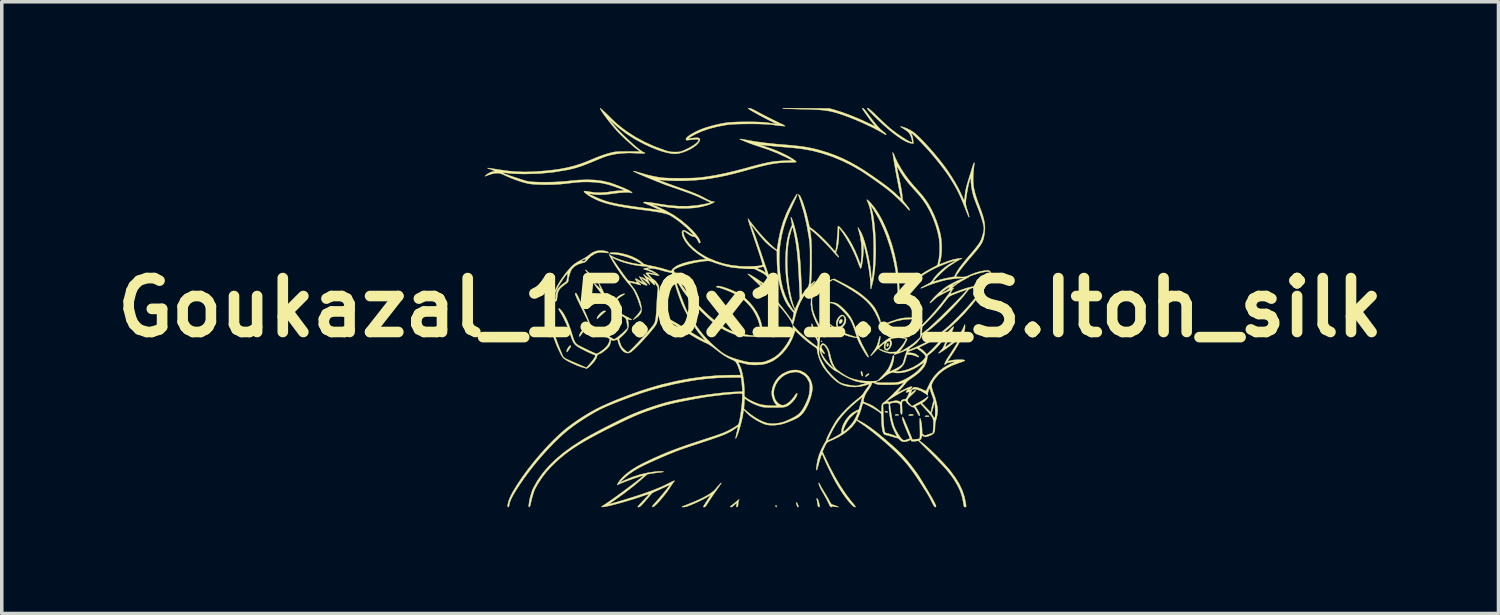
<source format=kicad_pcb>
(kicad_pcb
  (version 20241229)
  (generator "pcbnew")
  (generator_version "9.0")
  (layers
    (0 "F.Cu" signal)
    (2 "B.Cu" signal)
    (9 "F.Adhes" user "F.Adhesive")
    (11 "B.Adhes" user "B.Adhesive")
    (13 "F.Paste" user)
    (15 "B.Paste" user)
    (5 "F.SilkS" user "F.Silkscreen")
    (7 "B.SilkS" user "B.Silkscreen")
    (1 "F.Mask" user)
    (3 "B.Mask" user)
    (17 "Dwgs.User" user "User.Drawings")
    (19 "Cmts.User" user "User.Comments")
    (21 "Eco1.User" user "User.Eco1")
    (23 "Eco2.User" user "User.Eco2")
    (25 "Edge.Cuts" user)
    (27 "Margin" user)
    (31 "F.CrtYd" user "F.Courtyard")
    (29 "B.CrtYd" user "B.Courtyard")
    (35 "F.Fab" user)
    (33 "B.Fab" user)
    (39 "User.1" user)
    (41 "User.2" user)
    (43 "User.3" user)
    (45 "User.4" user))
  (footprint "Goukazal_15.0x11.3_S.Itoh_silk"
    (layer "F.Cu")
    (at 18.15 5.643)
    (property "Reference" "Goukazal_15.0x11.3_S.Itoh_silk" (at 0 0 0) (layer "F.SilkS") (effects (font (size 1.524 1.524) (thickness 0.3))))
    (attr through_hole)
    (fp_poly (pts (xy 6.166 -0.844) (xy 6.159 -0.837) (xy 6.152 -0.844) (xy 6.159 -0.852) (xy 6.166 -0.844)) (stroke (width 0.01) (type solid)) (fill yes) (layer "F.SilkS"))
    (fp_poly (pts (xy 0.748 5.608) (xy 0.749 5.617) (xy 0.741 5.636) (xy 0.734 5.638) (xy 0.722 5.626) (xy 0.719 5.608) (xy 0.725 5.587) (xy 0.734 5.587) (xy 0.748 5.608)) (stroke (width 0.01) (type solid)) (fill yes) (layer "F.SilkS"))
    (fp_poly (pts (xy 2.036 0.949) (xy 2.033 0.954) (xy 2.014 0.968) (xy 2.01 0.969) (xy 2.002 0.96) (xy 2.004 0.954) (xy 2.024 0.94) (xy 2.028 0.94) (xy 2.036 0.949)) (stroke (width 0.01) (type solid)) (fill yes) (layer "F.SilkS"))
    (fp_poly (pts (xy 3.87 2.933) (xy 3.889 2.947) (xy 3.891 2.952) (xy 3.879 2.963) (xy 3.852 2.964) (xy 3.823 2.955) (xy 3.819 2.953) (xy 3.808 2.938) (xy 3.816 2.93) (xy 3.841 2.926) (xy 3.87 2.933)) (stroke (width 0.01) (type solid)) (fill yes) (layer "F.SilkS"))
    (fp_poly (pts (xy 3.909 1.025) (xy 3.909 1.058) (xy 3.896 1.088) (xy 3.876 1.101) (xy 3.875 1.101) (xy 3.865 1.089) (xy 3.861 1.066) (xy 3.868 1.034) (xy 3.882 1.013) (xy 3.898 1.009) (xy 3.909 1.025)) (stroke (width 0.01) (type solid)) (fill yes) (layer "F.SilkS"))
    (fp_poly (pts (xy 4.169 3.018) (xy 4.18 3.023) (xy 4.198 3.036) (xy 4.199 3.04) (xy 4.157 3.045) (xy 4.12 3.046) (xy 4.098 3.041) (xy 4.096 3.038) (xy 4.109 3.023) (xy 4.137 3.016) (xy 4.169 3.018)) (stroke (width 0.01) (type solid)) (fill yes) (layer "F.SilkS"))
    (fp_poly (pts (xy 2.604 0.349) (xy 2.608 0.379) (xy 2.598 0.409) (xy 2.572 0.44) (xy 2.544 0.453) (xy 2.521 0.445) (xy 2.519 0.442) (xy 2.515 0.412) (xy 2.525 0.375) (xy 2.546 0.344) (xy 2.555 0.338) (xy 2.585 0.332) (xy 2.604 0.349)) (stroke (width 0.01) (type solid)) (fill yes) (layer "F.SilkS"))
    (fp_poly (pts (xy 3.36 1.87) (xy 3.362 1.878) (xy 3.351 1.896) (xy 3.323 1.919) (xy 3.291 1.94) (xy 3.263 1.952) (xy 3.258 1.953) (xy 3.255 1.944) (xy 3.27 1.921) (xy 3.281 1.909) (xy 3.316 1.879) (xy 3.344 1.865) (xy 3.36 1.87)) (stroke (width 0.01) (type solid)) (fill yes) (layer "F.SilkS"))
    (fp_poly (pts (xy 4.563 3.014) (xy 4.573 3.016) (xy 4.609 3.026) (xy 4.617 3.036) (xy 4.598 3.045) (xy 4.554 3.051) (xy 4.541 3.052) (xy 4.5 3.053) (xy 4.483 3.05) (xy 4.486 3.04) (xy 4.495 3.031) (xy 4.523 3.014) (xy 4.563 3.014)) (stroke (width 0.01) (type solid)) (fill yes) (layer "F.SilkS"))
    (fp_poly (pts (xy 5.036 3.058) (xy 5.057 3.067) (xy 5.058 3.069) (xy 5.051 3.078) (xy 5.019 3.083) (xy 4.999 3.083) (xy 4.958 3.08) (xy 4.94 3.073) (xy 4.941 3.069) (xy 4.96 3.059) (xy 4.996 3.054) (xy 4.999 3.054) (xy 5.036 3.058)) (stroke (width 0.01) (type solid)) (fill yes) (layer "F.SilkS"))
    (fp_poly (pts (xy 3.164 1.825) (xy 3.17 1.845) (xy 3.183 1.897) (xy 3.185 1.927) (xy 3.175 1.938) (xy 3.172 1.938) (xy 3.159 1.925) (xy 3.145 1.894) (xy 3.14 1.879) (xy 3.13 1.834) (xy 3.135 1.808) (xy 3.138 1.804) (xy 3.151 1.801) (xy 3.164 1.825)) (stroke (width 0.01) (type solid)) (fill yes) (layer "F.SilkS"))
    (fp_poly (pts (xy -5.067 1.079) (xy -5.071 1.101) (xy -5.093 1.142) (xy -5.112 1.17) (xy -5.145 1.22) (xy -5.166 1.248) (xy -5.178 1.255) (xy -5.182 1.244) (xy -5.183 1.222) (xy -5.174 1.188) (xy -5.153 1.147) (xy -5.125 1.108) (xy -5.097 1.08) (xy -5.078 1.072) (xy -5.067 1.079)) (stroke (width 0.01) (type solid)) (fill yes) (layer "F.SilkS"))
    (fp_poly (pts (xy 1.323 5.517) (xy 1.342 5.551) (xy 1.344 5.557) (xy 1.358 5.594) (xy 1.365 5.62) (xy 1.365 5.623) (xy 1.357 5.637) (xy 1.34 5.634) (xy 1.33 5.62) (xy 1.323 5.594) (xy 1.311 5.556) (xy 1.31 5.553) (xy 1.303 5.518) (xy 1.308 5.506) (xy 1.323 5.517)) (stroke (width 0.01) (type solid)) (fill yes) (layer "F.SilkS"))
    (fp_poly (pts (xy -4.639 -1.061) (xy -4.612 -1.037) (xy -4.586 -1.009) (xy -4.555 -0.972) (xy -4.525 -0.933) (xy -4.5 -0.899) (xy -4.484 -0.874) (xy -4.483 -0.866) (xy -4.495 -0.876) (xy -4.522 -0.903) (xy -4.559 -0.941) (xy -4.572 -0.955) (xy -4.61 -0.999) (xy -4.637 -1.034) (xy -4.652 -1.058) (xy -4.653 -1.068) (xy -4.639 -1.061)) (stroke (width 0.01) (type solid)) (fill yes) (layer "F.SilkS"))
    (fp_poly (pts (xy -4.626 0.58) (xy -4.646 0.61) (xy -4.668 0.634) (xy -4.71 0.679) (xy -4.749 0.727) (xy -4.764 0.748) (xy -4.794 0.792) (xy -4.817 0.815) (xy -4.829 0.816) (xy -4.83 0.808) (xy -4.819 0.757) (xy -4.788 0.699) (xy -4.742 0.641) (xy -4.688 0.591) (xy -4.68 0.585) (xy -4.644 0.564) (xy -4.625 0.564) (xy -4.626 0.58)) (stroke (width 0.01) (type solid)) (fill yes) (layer "F.SilkS"))
    (fp_poly (pts (xy -3.547 -0.384) (xy -3.57 -0.364) (xy -3.62 -0.332) (xy -3.646 -0.317) (xy -3.723 -0.263) (xy -3.776 -0.205) (xy -3.781 -0.196) (xy -3.812 -0.15) (xy -3.832 -0.127) (xy -3.845 -0.123) (xy -3.853 -0.13) (xy -3.85 -0.148) (xy -3.834 -0.183) (xy -3.813 -0.22) (xy -3.754 -0.292) (xy -3.676 -0.349) (xy -3.587 -0.386) (xy -3.578 -0.388) (xy -3.549 -0.392) (xy -3.547 -0.384)) (stroke (width 0.01) (type solid)) (fill yes) (layer "F.SilkS"))
    (fp_poly (pts (xy 1.903 5.405) (xy 1.919 5.433) (xy 1.933 5.471) (xy 1.936 5.48) (xy 1.953 5.55) (xy 1.962 5.597) (xy 1.963 5.624) (xy 1.956 5.636) (xy 1.948 5.638) (xy 1.925 5.626) (xy 1.918 5.612) (xy 1.911 5.581) (xy 1.904 5.538) (xy 1.902 5.528) (xy 1.894 5.477) (xy 1.885 5.43) (xy 1.884 5.425) (xy 1.882 5.397) (xy 1.89 5.392) (xy 1.903 5.405)) (stroke (width 0.01) (type solid)) (fill yes) (layer "F.SilkS"))
    (fp_poly (pts (xy -4.084 0.099) (xy -4.092 0.115) (xy -4.104 0.123) (xy -4.128 0.141) (xy -4.166 0.173) (xy -4.209 0.213) (xy -4.213 0.217) (xy -4.264 0.266) (xy -4.298 0.298) (xy -4.318 0.315) (xy -4.328 0.319) (xy -4.331 0.313) (xy -4.331 0.309) (xy -4.32 0.271) (xy -4.29 0.224) (xy -4.248 0.175) (xy -4.201 0.133) (xy -4.155 0.103) (xy -4.133 0.094) (xy -4.099 0.091) (xy -4.084 0.099)) (stroke (width 0.01) (type solid)) (fill yes) (layer "F.SilkS"))
    (fp_poly (pts (xy 4.601 0.288) (xy 4.668 0.293) (xy 4.71 0.3) (xy 4.72 0.305) (xy 4.728 0.312) (xy 4.719 0.317) (xy 4.691 0.32) (xy 4.64 0.322) (xy 4.569 0.323) (xy 4.348 0.337) (xy 4.13 0.381) (xy 3.915 0.453) (xy 3.842 0.484) (xy 3.779 0.511) (xy 3.738 0.525) (xy 3.721 0.525) (xy 3.727 0.512) (xy 3.741 0.5) (xy 3.774 0.479) (xy 3.829 0.453) (xy 3.901 0.423) (xy 3.982 0.392) (xy 4.068 0.363) (xy 4.151 0.336) (xy 4.206 0.321) (xy 4.282 0.303) (xy 4.353 0.293) (xy 4.432 0.288) (xy 4.515 0.287) (xy 4.601 0.288)) (stroke (width 0.01) (type solid)) (fill yes) (layer "F.SilkS"))
    (fp_poly (pts (xy -0.31 5.437) (xy -0.32 5.45) (xy -0.331 5.475) (xy -0.337 5.516) (xy -0.338 5.53) (xy -0.342 5.591) (xy -0.354 5.626) (xy -0.375 5.638) (xy -0.376 5.638) (xy -0.389 5.628) (xy -0.388 5.596) (xy -0.374 5.54) (xy -0.374 5.539) (xy -0.374 5.522) (xy -0.391 5.528) (xy -0.424 5.556) (xy -0.448 5.579) (xy -0.495 5.62) (xy -0.535 5.637) (xy -0.542 5.638) (xy -0.565 5.634) (xy -0.565 5.625) (xy -0.547 5.61) (xy -0.513 5.583) (xy -0.47 5.548) (xy -0.465 5.544) (xy -0.418 5.506) (xy -0.377 5.472) (xy -0.349 5.447) (xy -0.349 5.447) (xy -0.324 5.429) (xy -0.309 5.426) (xy -0.31 5.437)) (stroke (width 0.01) (type solid)) (fill yes) (layer "F.SilkS"))
    (fp_poly (pts (xy -4.921 -0.406) (xy -4.905 -0.389) (xy -4.885 -0.356) (xy -4.859 -0.303) (xy -4.824 -0.228) (xy -4.817 -0.211) (xy -4.78 -0.128) (xy -4.737 -0.033) (xy -4.694 0.061) (xy -4.669 0.117) (xy -4.633 0.197) (xy -4.599 0.278) (xy -4.567 0.357) (xy -4.539 0.428) (xy -4.517 0.488) (xy -4.503 0.531) (xy -4.499 0.553) (xy -4.499 0.555) (xy -4.509 0.547) (xy -4.525 0.521) (xy -4.528 0.517) (xy -4.547 0.476) (xy -4.57 0.424) (xy -4.579 0.401) (xy -4.593 0.369) (xy -4.618 0.314) (xy -4.653 0.243) (xy -4.693 0.158) (xy -4.739 0.065) (xy -4.778 -0.015) (xy -4.834 -0.13) (xy -4.878 -0.221) (xy -4.91 -0.291) (xy -4.931 -0.343) (xy -4.943 -0.378) (xy -4.946 -0.4) (xy -4.941 -0.41) (xy -4.935 -0.411) (xy -4.921 -0.406)) (stroke (width 0.01) (type solid)) (fill yes) (layer "F.SilkS"))
    (fp_poly (pts (xy 1.957 4.97) (xy 1.98 5.014) (xy 2.007 5.066) (xy 2.044 5.132) (xy 2.086 5.2) (xy 2.104 5.229) (xy 2.146 5.297) (xy 2.189 5.371) (xy 2.226 5.437) (xy 2.237 5.459) (xy 2.266 5.513) (xy 2.289 5.545) (xy 2.311 5.563) (xy 2.337 5.572) (xy 2.381 5.586) (xy 2.432 5.605) (xy 2.444 5.61) (xy 2.503 5.638) (xy 2.43 5.633) (xy 2.381 5.627) (xy 2.341 5.619) (xy 2.328 5.615) (xy 2.309 5.611) (xy 2.311 5.621) (xy 2.309 5.635) (xy 2.293 5.638) (xy 2.274 5.63) (xy 2.253 5.603) (xy 2.228 5.553) (xy 2.222 5.539) (xy 2.198 5.486) (xy 2.162 5.417) (xy 2.121 5.343) (xy 2.084 5.278) (xy 2.024 5.174) (xy 1.981 5.092) (xy 1.953 5.027) (xy 1.94 4.979) (xy 1.938 4.959) (xy 1.943 4.951) (xy 1.957 4.97)) (stroke (width 0.01) (type solid)) (fill yes) (layer "F.SilkS"))
    (fp_poly (pts (xy 2.639 0.22) (xy 2.665 0.239) (xy 2.698 0.285) (xy 2.71 0.344) (xy 2.703 0.408) (xy 2.677 0.471) (xy 2.634 0.527) (xy 2.6 0.554) (xy 2.551 0.58) (xy 2.513 0.584) (xy 2.478 0.567) (xy 2.445 0.525) (xy 2.432 0.468) (xy 2.433 0.451) (xy 2.47 0.451) (xy 2.472 0.503) (xy 2.478 0.521) (xy 2.493 0.545) (xy 2.512 0.549) (xy 2.54 0.541) (xy 2.578 0.519) (xy 2.616 0.484) (xy 2.623 0.476) (xy 2.651 0.426) (xy 2.666 0.37) (xy 2.668 0.317) (xy 2.658 0.273) (xy 2.636 0.243) (xy 2.609 0.235) (xy 2.573 0.248) (xy 2.537 0.284) (xy 2.506 0.334) (xy 2.483 0.392) (xy 2.47 0.451) (xy 2.433 0.451) (xy 2.437 0.403) (xy 2.46 0.336) (xy 2.5 0.274) (xy 2.512 0.262) (xy 2.558 0.221) (xy 2.599 0.208) (xy 2.639 0.22)) (stroke (width 0.01) (type solid)) (fill yes) (layer "F.SilkS"))
    (fp_poly (pts (xy -0.815 4.963) (xy -0.828 4.984) (xy -0.855 5.022) (xy -0.889 5.071) (xy -0.91 5.102) (xy -0.969 5.185) (xy -1.028 5.271) (xy -1.086 5.355) (xy -1.138 5.433) (xy -1.183 5.501) (xy -1.218 5.555) (xy -1.239 5.59) (xy -1.24 5.593) (xy -1.261 5.62) (xy -1.288 5.636) (xy -1.311 5.64) (xy -1.321 5.627) (xy -1.321 5.625) (xy -1.314 5.608) (xy -1.292 5.573) (xy -1.261 5.522) (xy -1.222 5.463) (xy -1.212 5.447) (xy -1.168 5.382) (xy -1.14 5.338) (xy -1.126 5.313) (xy -1.125 5.303) (xy -1.135 5.305) (xy -1.149 5.314) (xy -1.246 5.373) (xy -1.356 5.432) (xy -1.486 5.495) (xy -1.598 5.545) (xy -1.688 5.582) (xy -1.756 5.609) (xy -1.808 5.626) (xy -1.85 5.635) (xy -1.885 5.637) (xy -1.887 5.637) (xy -1.913 5.637) (xy -1.927 5.635) (xy -1.926 5.629) (xy -1.907 5.619) (xy -1.868 5.602) (xy -1.807 5.578) (xy -1.74 5.552) (xy -1.539 5.47) (xy -1.366 5.391) (xy -1.222 5.314) (xy -1.105 5.241) (xy -1.017 5.171) (xy -0.964 5.113) (xy -0.936 5.078) (xy -0.904 5.041) (xy -0.871 5.005) (xy -0.842 4.977) (xy -0.821 4.958) (xy -0.812 4.956) (xy -0.815 4.963)) (stroke (width 0.01) (type solid)) (fill yes) (layer "F.SilkS"))
    (fp_poly (pts (xy 3.204 -5.625) (xy 3.24 -5.588) (xy 3.289 -5.526) (xy 3.318 -5.487) (xy 3.428 -5.339) (xy 3.526 -5.215) (xy 3.612 -5.114) (xy 3.685 -5.038) (xy 3.745 -4.987) (xy 3.801 -4.944) (xy 3.835 -4.91) (xy 3.846 -4.886) (xy 3.843 -4.881) (xy 3.83 -4.886) (xy 3.798 -4.903) (xy 3.754 -4.929) (xy 3.744 -4.935) (xy 3.617 -5.008) (xy 3.469 -5.085) (xy 3.304 -5.164) (xy 3.13 -5.243) (xy 2.953 -5.318) (xy 2.779 -5.387) (xy 2.614 -5.448) (xy 2.464 -5.496) (xy 2.401 -5.515) (xy 2.324 -5.534) (xy 2.249 -5.551) (xy 2.171 -5.564) (xy 2.088 -5.576) (xy 1.994 -5.585) (xy 1.887 -5.592) (xy 1.761 -5.598) (xy 1.614 -5.603) (xy 1.449 -5.607) (xy 1.328 -5.61) (xy 1.216 -5.614) (xy 1.116 -5.617) (xy 1.033 -5.621) (xy 0.969 -5.624) (xy 0.928 -5.627) (xy 0.914 -5.63) (xy 0.926 -5.632) (xy 0.964 -5.633) (xy 1.027 -5.634) (xy 1.11 -5.635) (xy 1.21 -5.636) (xy 1.327 -5.636) (xy 1.455 -5.635) (xy 1.571 -5.634) (xy 2.239 -5.629) (xy 2.378 -5.589) (xy 2.604 -5.518) (xy 2.843 -5.43) (xy 3.088 -5.329) (xy 3.329 -5.218) (xy 3.399 -5.185) (xy 3.459 -5.157) (xy 3.504 -5.136) (xy 3.53 -5.125) (xy 3.534 -5.124) (xy 3.532 -5.133) (xy 3.513 -5.156) (xy 3.506 -5.164) (xy 3.47 -5.207) (xy 3.419 -5.271) (xy 3.358 -5.352) (xy 3.288 -5.449) (xy 3.24 -5.517) (xy 3.201 -5.573) (xy 3.179 -5.609) (xy 3.172 -5.629) (xy 3.177 -5.637) (xy 3.182 -5.638) (xy 3.204 -5.625)) (stroke (width 0.01) (type solid)) (fill yes) (layer "F.SilkS"))
    (fp_poly (pts (xy 3.337 -5.632) (xy 3.365 -5.613) (xy 3.406 -5.58) (xy 3.461 -5.53) (xy 3.533 -5.462) (xy 3.597 -5.399) (xy 3.677 -5.322) (xy 3.759 -5.245) (xy 3.838 -5.171) (xy 3.91 -5.107) (xy 3.967 -5.058) (xy 3.979 -5.048) (xy 4.063 -4.983) (xy 4.15 -4.918) (xy 4.238 -4.857) (xy 4.323 -4.801) (xy 4.4 -4.752) (xy 4.468 -4.713) (xy 4.522 -4.686) (xy 4.56 -4.672) (xy 4.576 -4.674) (xy 4.58 -4.695) (xy 4.574 -4.736) (xy 4.56 -4.787) (xy 4.541 -4.842) (xy 4.519 -4.892) (xy 4.497 -4.93) (xy 4.495 -4.933) (xy 4.463 -4.964) (xy 4.415 -5.003) (xy 4.358 -5.042) (xy 4.337 -5.055) (xy 4.285 -5.088) (xy 4.256 -5.108) (xy 4.249 -5.117) (xy 4.26 -5.118) (xy 4.272 -5.116) (xy 4.349 -5.094) (xy 4.437 -5.059) (xy 4.526 -5.014) (xy 4.606 -4.964) (xy 4.628 -4.949) (xy 4.699 -4.889) (xy 4.785 -4.809) (xy 4.881 -4.712) (xy 4.984 -4.602) (xy 5.092 -4.483) (xy 5.201 -4.357) (xy 5.307 -4.23) (xy 5.408 -4.104) (xy 5.501 -3.982) (xy 5.571 -3.885) (xy 5.693 -3.701) (xy 5.805 -3.515) (xy 5.904 -3.334) (xy 5.986 -3.162) (xy 6.012 -3.102) (xy 6.03 -3.06) (xy 6.044 -3.04) (xy 6.053 -3.045) (xy 6.06 -3.074) (xy 6.067 -3.13) (xy 6.07 -3.167) (xy 6.078 -3.239) (xy 6.09 -3.312) (xy 6.107 -3.392) (xy 6.132 -3.484) (xy 6.165 -3.595) (xy 6.187 -3.665) (xy 6.214 -3.75) (xy 6.24 -3.836) (xy 6.264 -3.915) (xy 6.283 -3.976) (xy 6.285 -3.983) (xy 6.302 -4.035) (xy 6.317 -4.075) (xy 6.329 -4.095) (xy 6.332 -4.096) (xy 6.34 -4.084) (xy 6.337 -4.063) (xy 6.333 -4.037) (xy 6.327 -3.988) (xy 6.321 -3.923) (xy 6.314 -3.846) (xy 6.311 -3.821) (xy 6.304 -3.693) (xy 6.303 -3.577) (xy 6.311 -3.466) (xy 6.328 -3.355) (xy 6.355 -3.238) (xy 6.394 -3.109) (xy 6.444 -2.964) (xy 6.481 -2.868) (xy 6.536 -2.717) (xy 6.579 -2.588) (xy 6.609 -2.474) (xy 6.628 -2.372) (xy 6.636 -2.276) (xy 6.634 -2.181) (xy 6.623 -2.083) (xy 6.615 -2.039) (xy 6.604 -1.98) (xy 6.59 -1.927) (xy 6.572 -1.877) (xy 6.548 -1.827) (xy 6.516 -1.774) (xy 6.474 -1.713) (xy 6.42 -1.643) (xy 6.351 -1.56) (xy 6.267 -1.461) (xy 6.191 -1.373) (xy 6.119 -1.289) (xy 6.05 -1.205) (xy 5.985 -1.124) (xy 5.928 -1.049) (xy 5.88 -0.984) (xy 5.843 -0.931) (xy 5.821 -0.893) (xy 5.816 -0.875) (xy 5.816 -0.874) (xy 5.833 -0.871) (xy 5.871 -0.868) (xy 5.926 -0.866) (xy 5.954 -0.866) (xy 6.018 -0.865) (xy 6.065 -0.869) (xy 6.107 -0.878) (xy 6.153 -0.896) (xy 6.211 -0.922) (xy 6.355 -0.98) (xy 6.51 -1.024) (xy 6.657 -1.049) (xy 6.708 -1.053) (xy 6.74 -1.05) (xy 6.764 -1.038) (xy 6.778 -1.026) (xy 6.807 -0.98) (xy 6.812 -0.948) (xy 6.803 -0.899) (xy 6.777 -0.831) (xy 6.735 -0.746) (xy 6.68 -0.648) (xy 6.613 -0.541) (xy 6.535 -0.426) (xy 6.45 -0.308) (xy 6.443 -0.3) (xy 6.257 -0.065) (xy 6.063 0.157) (xy 5.864 0.362) (xy 5.661 0.55) (xy 5.458 0.717) (xy 5.257 0.862) (xy 5.06 0.983) (xy 4.924 1.052) (xy 4.864 1.081) (xy 4.815 1.106) (xy 4.783 1.123) (xy 4.772 1.131) (xy 4.783 1.142) (xy 4.812 1.16) (xy 4.824 1.166) (xy 4.863 1.193) (xy 4.909 1.233) (xy 4.935 1.259) (xy 4.995 1.324) (xy 5.091 1.231) (xy 5.177 1.145) (xy 5.248 1.072) (xy 5.31 1.003) (xy 5.37 0.933) (xy 5.395 0.903) (xy 5.433 0.858) (xy 5.48 0.804) (xy 5.533 0.747) (xy 5.588 0.69) (xy 5.64 0.637) (xy 5.686 0.591) (xy 5.723 0.556) (xy 5.746 0.538) (xy 5.752 0.535) (xy 5.751 0.553) (xy 5.739 0.592) (xy 5.718 0.649) (xy 5.689 0.718) (xy 5.655 0.796) (xy 5.617 0.877) (xy 5.591 0.93) (xy 5.559 0.995) (xy 5.534 1.05) (xy 5.517 1.09) (xy 5.511 1.11) (xy 5.511 1.112) (xy 5.526 1.107) (xy 5.558 1.087) (xy 5.603 1.055) (xy 5.656 1.015) (xy 5.713 0.97) (xy 5.768 0.924) (xy 5.816 0.882) (xy 5.854 0.845) (xy 5.866 0.834) (xy 5.906 0.781) (xy 5.951 0.711) (xy 5.995 0.633) (xy 6.033 0.557) (xy 6.056 0.499) (xy 6.064 0.478) (xy 6.069 0.481) (xy 6.073 0.509) (xy 6.074 0.519) (xy 6.071 0.588) (xy 6.049 0.677) (xy 6.01 0.784) (xy 5.955 0.905) (xy 5.884 1.038) (xy 5.799 1.181) (xy 5.722 1.301) (xy 5.677 1.369) (xy 5.637 1.429) (xy 5.606 1.477) (xy 5.587 1.507) (xy 5.582 1.516) (xy 5.591 1.518) (xy 5.62 1.51) (xy 5.64 1.503) (xy 5.689 1.491) (xy 5.754 1.481) (xy 5.828 1.474) (xy 5.902 1.471) (xy 5.969 1.471) (xy 6.022 1.476) (xy 6.05 1.483) (xy 6.063 1.492) (xy 6.065 1.5) (xy 6.052 1.509) (xy 6.023 1.522) (xy 5.972 1.54) (xy 5.9 1.564) (xy 5.726 1.629) (xy 5.578 1.701) (xy 5.451 1.781) (xy 5.343 1.872) (xy 5.249 1.976) (xy 5.227 2.004) (xy 5.18 2.071) (xy 5.149 2.128) (xy 5.133 2.181) (xy 5.131 2.238) (xy 5.144 2.303) (xy 5.171 2.385) (xy 5.194 2.445) (xy 5.225 2.534) (xy 5.253 2.632) (xy 5.276 2.729) (xy 5.293 2.818) (xy 5.3 2.89) (xy 5.3 2.901) (xy 5.295 2.972) (xy 5.283 3.055) (xy 5.265 3.136) (xy 5.248 3.19) (xy 5.237 3.233) (xy 5.229 3.292) (xy 5.226 3.356) (xy 5.226 3.359) (xy 5.223 3.441) (xy 5.213 3.5) (xy 5.195 3.543) (xy 5.163 3.575) (xy 5.116 3.602) (xy 5.094 3.612) (xy 5.012 3.644) (xy 4.95 3.654) (xy 4.906 3.645) (xy 4.884 3.626) (xy 4.87 3.608) (xy 4.862 3.611) (xy 4.855 3.639) (xy 4.853 3.649) (xy 4.838 3.693) (xy 4.815 3.73) (xy 4.814 3.731) (xy 4.784 3.761) (xy 4.817 3.785) (xy 4.885 3.837) (xy 4.968 3.907) (xy 5.062 3.992) (xy 5.163 4.088) (xy 5.268 4.19) (xy 5.371 4.296) (xy 5.47 4.4) (xy 5.56 4.499) (xy 5.638 4.59) (xy 5.663 4.621) (xy 5.8 4.807) (xy 5.911 4.987) (xy 5.995 5.166) (xy 6.056 5.345) (xy 6.095 5.528) (xy 6.099 5.561) (xy 6.104 5.606) (xy 6.102 5.629) (xy 6.091 5.637) (xy 6.078 5.638) (xy 6.063 5.637) (xy 6.052 5.631) (xy 6.043 5.615) (xy 6.036 5.583) (xy 6.027 5.531) (xy 6.02 5.486) (xy 5.985 5.325) (xy 5.929 5.165) (xy 5.85 5.004) (xy 5.756 4.85) (xy 5.708 4.781) (xy 5.656 4.711) (xy 5.599 4.64) (xy 5.534 4.563) (xy 5.458 4.479) (xy 5.369 4.384) (xy 5.264 4.276) (xy 5.141 4.151) (xy 5.1 4.11) (xy 4.755 3.764) (xy 4.676 3.775) (xy 4.607 3.78) (xy 4.563 3.776) (xy 4.545 3.761) (xy 4.547 3.75) (xy 4.549 3.732) (xy 4.533 3.734) (xy 4.499 3.753) (xy 4.461 3.771) (xy 4.412 3.786) (xy 4.396 3.79) (xy 4.331 3.793) (xy 4.277 3.775) (xy 4.223 3.732) (xy 4.215 3.723) (xy 4.185 3.698) (xy 4.158 3.685) (xy 4.156 3.685) (xy 4.133 3.681) (xy 4.089 3.669) (xy 4.032 3.653) (xy 3.994 3.641) (xy 3.93 3.622) (xy 3.875 3.608) (xy 3.835 3.599) (xy 3.821 3.597) (xy 3.789 3.583) (xy 3.761 3.54) (xy 3.74 3.471) (xy 3.725 3.376) (xy 3.715 3.255) (xy 3.713 3.168) (xy 3.711 3.103) (xy 3.708 3.048) (xy 3.705 3.011) (xy 3.702 2.999) (xy 3.679 2.975) (xy 3.637 2.943) (xy 3.581 2.906) (xy 3.516 2.866) (xy 3.446 2.825) (xy 3.376 2.787) (xy 3.31 2.753) (xy 3.254 2.727) (xy 3.213 2.712) (xy 3.19 2.709) (xy 3.188 2.71) (xy 3.178 2.73) (xy 3.165 2.77) (xy 3.15 2.822) (xy 3.149 2.826) (xy 3.13 2.892) (xy 3.104 2.969) (xy 3.076 3.041) (xy 3.074 3.046) (xy 3.052 3.099) (xy 3.035 3.14) (xy 3.025 3.163) (xy 3.025 3.166) (xy 3.037 3.174) (xy 3.068 3.19) (xy 3.113 3.213) (xy 3.114 3.214) (xy 3.222 3.274) (xy 3.346 3.355) (xy 3.485 3.456) (xy 3.641 3.578) (xy 3.814 3.722) (xy 4.005 3.888) (xy 4.137 4.006) (xy 4.244 4.108) (xy 4.348 4.219) (xy 4.455 4.342) (xy 4.566 4.482) (xy 4.686 4.644) (xy 4.73 4.706) (xy 4.759 4.748) (xy 4.8 4.812) (xy 4.849 4.891) (xy 4.904 4.981) (xy 4.962 5.077) (xy 5.02 5.174) (xy 5.075 5.268) (xy 5.125 5.353) (xy 5.165 5.424) (xy 5.191 5.472) (xy 5.226 5.541) (xy 5.247 5.589) (xy 5.254 5.619) (xy 5.248 5.634) (xy 5.23 5.638) (xy 5.213 5.627) (xy 5.189 5.594) (xy 5.157 5.537) (xy 5.128 5.48) (xy 5.091 5.406) (xy 5.05 5.33) (xy 5.011 5.263) (xy 4.989 5.227) (xy 4.957 5.178) (xy 4.914 5.113) (xy 4.867 5.038) (xy 4.818 4.962) (xy 4.809 4.948) (xy 4.684 4.756) (xy 4.558 4.581) (xy 4.429 4.417) (xy 4.29 4.26) (xy 4.139 4.105) (xy 3.97 3.946) (xy 3.81 3.804) (xy 3.681 3.694) (xy 3.568 3.6) (xy 3.465 3.517) (xy 3.368 3.442) (xy 3.271 3.37) (xy 3.169 3.297) (xy 3.16 3.291) (xy 3.01 3.187) (xy 2.971 3.249) (xy 2.888 3.357) (xy 2.78 3.463) (xy 2.651 3.562) (xy 2.506 3.653) (xy 2.348 3.731) (xy 2.283 3.758) (xy 2.229 3.781) (xy 2.19 3.803) (xy 2.16 3.832) (xy 2.134 3.874) (xy 2.104 3.935) (xy 2.096 3.955) (xy 2.044 4.07) (xy 2.092 4.175) (xy 2.241 4.487) (xy 2.392 4.773) (xy 2.544 5.031) (xy 2.696 5.261) (xy 2.849 5.463) (xy 2.882 5.502) (xy 2.929 5.559) (xy 2.96 5.598) (xy 2.975 5.621) (xy 2.977 5.633) (xy 2.968 5.638) (xy 2.96 5.638) (xy 2.93 5.626) (xy 2.887 5.591) (xy 2.834 5.535) (xy 2.773 5.463) (xy 2.706 5.376) (xy 2.634 5.276) (xy 2.561 5.168) (xy 2.488 5.053) (xy 2.455 4.999) (xy 2.414 4.927) (xy 2.366 4.838) (xy 2.314 4.737) (xy 2.259 4.629) (xy 2.207 4.521) (xy 2.158 4.418) (xy 2.116 4.326) (xy 2.083 4.251) (xy 2.069 4.215) (xy 2.051 4.171) (xy 2.035 4.143) (xy 2.025 4.136) (xy 2.025 4.136) (xy 2.017 4.153) (xy 2.003 4.193) (xy 1.986 4.249) (xy 1.966 4.314) (xy 1.945 4.384) (xy 1.927 4.451) (xy 1.911 4.51) (xy 1.902 4.548) (xy 1.89 4.585) (xy 1.879 4.596) (xy 1.871 4.581) (xy 1.87 4.544) (xy 1.872 4.526) (xy 1.891 4.394) (xy 1.913 4.285) (xy 1.94 4.19) (xy 1.949 4.162) (xy 1.978 4.088) (xy 2.016 4.004) (xy 2.057 3.921) (xy 2.096 3.847) (xy 2.128 3.795) (xy 2.148 3.76) (xy 2.152 3.748) (xy 2.191 3.748) (xy 2.197 3.752) (xy 2.228 3.742) (xy 2.28 3.719) (xy 2.337 3.692) (xy 2.394 3.662) (xy 2.459 3.625) (xy 2.5 3.602) (xy 2.545 3.574) (xy 2.57 3.553) (xy 2.581 3.531) (xy 2.584 3.5) (xy 2.584 3.494) (xy 2.63 3.494) (xy 2.638 3.509) (xy 2.641 3.509) (xy 2.657 3.499) (xy 2.689 3.473) (xy 2.731 3.434) (xy 2.772 3.395) (xy 2.848 3.314) (xy 2.911 3.233) (xy 2.943 3.182) (xy 2.978 3.116) (xy 3.007 3.054) (xy 3.029 3) (xy 3.042 2.96) (xy 3.044 2.939) (xy 3.04 2.936) (xy 3.019 2.946) (xy 2.982 2.972) (xy 2.937 3.009) (xy 2.888 3.053) (xy 2.841 3.099) (xy 2.817 3.124) (xy 2.78 3.171) (xy 2.743 3.228) (xy 2.707 3.291) (xy 2.676 3.353) (xy 2.651 3.411) (xy 2.635 3.46) (xy 2.63 3.494) (xy 2.584 3.494) (xy 2.584 3.482) (xy 2.597 3.399) (xy 2.631 3.305) (xy 2.686 3.204) (xy 2.722 3.151) (xy 2.807 3.048) (xy 2.9 2.969) (xy 2.995 2.916) (xy 3.074 2.879) (xy 3.122 2.713) (xy 3.14 2.649) (xy 3.201 2.649) (xy 3.214 2.667) (xy 3.253 2.686) (xy 3.274 2.693) (xy 3.381 2.734) (xy 3.492 2.795) (xy 3.597 2.87) (xy 3.607 2.878) (xy 3.649 2.912) (xy 3.683 2.938) (xy 3.702 2.95) (xy 3.704 2.95) (xy 3.71 2.937) (xy 3.714 2.904) (xy 3.715 2.872) (xy 3.717 2.799) (xy 3.724 2.748) (xy 3.73 2.737) (xy 3.755 2.737) (xy 3.763 3.024) (xy 3.766 3.122) (xy 3.771 3.219) (xy 3.777 3.307) (xy 3.783 3.379) (xy 3.789 3.425) (xy 3.798 3.482) (xy 3.807 3.517) (xy 3.818 3.535) (xy 3.835 3.544) (xy 3.845 3.546) (xy 3.891 3.557) (xy 3.947 3.573) (xy 4.006 3.592) (xy 4.062 3.611) (xy 4.106 3.628) (xy 4.131 3.64) (xy 4.134 3.643) (xy 4.147 3.653) (xy 4.149 3.652) (xy 4.146 3.637) (xy 4.131 3.602) (xy 4.107 3.554) (xy 4.091 3.522) (xy 4.057 3.451) (xy 4.024 3.374) (xy 4 3.303) (xy 3.996 3.289) (xy 3.976 3.205) (xy 3.957 3.112) (xy 3.942 3.017) (xy 3.93 2.927) (xy 3.924 2.85) (xy 3.923 2.793) (xy 3.924 2.787) (xy 3.924 2.739) (xy 3.92 2.73) (xy 3.949 2.73) (xy 3.952 2.769) (xy 3.96 2.83) (xy 3.971 2.906) (xy 3.984 2.989) (xy 3.998 3.071) (xy 4.013 3.147) (xy 4.026 3.208) (xy 4.029 3.218) (xy 4.055 3.311) (xy 4.086 3.394) (xy 4.126 3.477) (xy 4.178 3.567) (xy 4.218 3.629) (xy 4.263 3.692) (xy 4.301 3.731) (xy 4.339 3.748) (xy 4.384 3.746) (xy 4.441 3.728) (xy 4.451 3.724) (xy 4.52 3.697) (xy 4.49 3.629) (xy 4.43 3.49) (xy 4.381 3.371) (xy 4.343 3.274) (xy 4.317 3.199) (xy 4.304 3.149) (xy 4.302 3.132) (xy 4.305 3.101) (xy 4.313 3.089) (xy 4.315 3.089) (xy 4.324 3.105) (xy 4.342 3.143) (xy 4.368 3.201) (xy 4.399 3.275) (xy 4.435 3.36) (xy 4.458 3.414) (xy 4.588 3.731) (xy 4.684 3.721) (xy 4.735 3.715) (xy 4.774 3.709) (xy 4.792 3.704) (xy 4.796 3.687) (xy 4.799 3.645) (xy 4.8 3.581) (xy 4.8 3.5) (xy 4.798 3.406) (xy 4.798 3.393) (xy 4.795 3.292) (xy 4.794 3.217) (xy 4.794 3.166) (xy 4.796 3.136) (xy 4.799 3.124) (xy 4.804 3.126) (xy 4.81 3.137) (xy 4.829 3.197) (xy 4.844 3.278) (xy 4.855 3.37) (xy 4.86 3.463) (xy 4.86 3.476) (xy 4.861 3.533) (xy 4.866 3.567) (xy 4.875 3.581) (xy 4.881 3.582) (xy 4.906 3.594) (xy 4.915 3.604) (xy 4.924 3.614) (xy 4.943 3.615) (xy 4.976 3.606) (xy 5.029 3.588) (xy 5.04 3.584) (xy 5.092 3.565) (xy 5.132 3.553) (xy 5.154 3.55) (xy 5.155 3.551) (xy 5.159 3.55) (xy 5.164 3.527) (xy 5.169 3.487) (xy 5.174 3.436) (xy 5.178 3.382) (xy 5.181 3.329) (xy 5.181 3.303) (xy 5.181 3.239) (xy 5.176 3.187) (xy 5.165 3.141) (xy 5.144 3.097) (xy 5.111 3.048) (xy 5.064 2.991) (xy 5.058 2.984) (xy 5.125 2.984) (xy 5.165 3.061) (xy 5.188 3.101) (xy 5.205 3.119) (xy 5.217 3.114) (xy 5.225 3.084) (xy 5.23 3.027) (xy 5.231 2.943) (xy 5.231 2.922) (xy 5.229 2.85) (xy 5.225 2.785) (xy 5.22 2.734) (xy 5.215 2.709) (xy 5.2 2.665) (xy 5.198 2.709) (xy 5.193 2.744) (xy 5.181 2.796) (xy 5.165 2.856) (xy 5.161 2.868) (xy 5.125 2.984) (xy 5.058 2.984) (xy 4.999 2.918) (xy 4.984 2.901) (xy 4.814 2.716) (xy 4.742 2.753) (xy 4.669 2.79) (xy 4.718 2.867) (xy 4.764 2.946) (xy 4.79 3.005) (xy 4.796 3.044) (xy 4.79 3.057) (xy 4.777 3.056) (xy 4.757 3.032) (xy 4.73 2.983) (xy 4.72 2.964) (xy 4.68 2.889) (xy 4.649 2.839) (xy 4.626 2.815) (xy 4.609 2.813) (xy 4.587 2.811) (xy 4.552 2.793) (xy 4.511 2.765) (xy 4.47 2.732) (xy 4.437 2.699) (xy 4.42 2.674) (xy 4.395 2.638) (xy 4.359 2.629) (xy 4.315 2.644) (xy 4.303 2.652) (xy 4.295 2.665) (xy 4.291 2.689) (xy 4.29 2.727) (xy 4.292 2.786) (xy 4.294 2.843) (xy 4.296 2.923) (xy 4.296 2.977) (xy 4.293 3.009) (xy 4.287 3.021) (xy 4.284 3.021) (xy 4.266 3.003) (xy 4.253 2.963) (xy 4.247 2.897) (xy 4.245 2.838) (xy 4.243 2.781) (xy 4.238 2.747) (xy 4.228 2.725) (xy 4.21 2.71) (xy 4.206 2.707) (xy 4.169 2.693) (xy 4.12 2.686) (xy 4.066 2.687) (xy 4.014 2.693) (xy 3.974 2.705) (xy 3.951 2.722) (xy 3.949 2.73) (xy 3.92 2.73) (xy 3.911 2.712) (xy 3.88 2.705) (xy 3.828 2.715) (xy 3.816 2.718) (xy 3.755 2.737) (xy 3.73 2.737) (xy 3.74 2.713) (xy 3.767 2.687) (xy 3.791 2.672) (xy 3.817 2.653) (xy 3.826 2.645) (xy 3.876 2.645) (xy 3.888 2.656) (xy 3.909 2.662) (xy 3.935 2.667) (xy 3.942 2.67) (xy 3.955 2.667) (xy 3.987 2.658) (xy 4.014 2.65) (xy 4.1 2.631) (xy 4.166 2.632) (xy 4.211 2.651) (xy 4.244 2.665) (xy 4.267 2.657) (xy 4.272 2.636) (xy 4.286 2.614) (xy 4.301 2.609) (xy 4.449 2.609) (xy 4.452 2.645) (xy 4.475 2.683) (xy 4.511 2.724) (xy 4.573 2.788) (xy 4.754 2.69) (xy 4.824 2.65) (xy 4.888 2.612) (xy 4.94 2.578) (xy 4.974 2.553) (xy 4.978 2.549) (xy 5.007 2.525) (xy 5.028 2.515) (xy 5.031 2.516) (xy 5.029 2.533) (xy 5.011 2.562) (xy 4.981 2.598) (xy 4.945 2.634) (xy 4.908 2.663) (xy 4.906 2.665) (xy 4.852 2.701) (xy 4.977 2.831) (xy 5.025 2.881) (xy 5.065 2.922) (xy 5.092 2.949) (xy 5.104 2.96) (xy 5.104 2.96) (xy 5.108 2.946) (xy 5.116 2.909) (xy 5.128 2.855) (xy 5.139 2.804) (xy 5.154 2.74) (xy 5.168 2.688) (xy 5.18 2.652) (xy 5.186 2.641) (xy 5.187 2.624) (xy 5.178 2.586) (xy 5.161 2.532) (xy 5.148 2.494) (xy 5.125 2.43) (xy 5.104 2.372) (xy 5.09 2.328) (xy 5.086 2.312) (xy 5.075 2.268) (xy 5.048 2.327) (xy 5.031 2.376) (xy 5.022 2.424) (xy 5.022 2.433) (xy 5.021 2.48) (xy 4.93 2.416) (xy 4.825 2.354) (xy 4.725 2.317) (xy 4.639 2.305) (xy 4.6 2.308) (xy 4.578 2.322) (xy 4.56 2.355) (xy 4.559 2.359) (xy 4.546 2.394) (xy 4.542 2.416) (xy 4.542 2.418) (xy 4.556 2.413) (xy 4.583 2.393) (xy 4.6 2.379) (xy 4.641 2.347) (xy 4.67 2.335) (xy 4.683 2.343) (xy 4.684 2.348) (xy 4.673 2.362) (xy 4.645 2.392) (xy 4.605 2.431) (xy 4.566 2.467) (xy 4.505 2.525) (xy 4.466 2.57) (xy 4.449 2.609) (xy 4.301 2.609) (xy 4.324 2.601) (xy 4.358 2.599) (xy 4.39 2.59) (xy 4.419 2.56) (xy 4.45 2.508) (xy 4.48 2.441) (xy 4.494 2.4) (xy 4.492 2.382) (xy 4.471 2.383) (xy 4.442 2.393) (xy 4.413 2.399) (xy 4.405 2.387) (xy 4.419 2.359) (xy 4.438 2.337) (xy 4.471 2.301) (xy 4.434 2.313) (xy 4.4 2.327) (xy 4.35 2.352) (xy 4.287 2.385) (xy 4.217 2.425) (xy 4.143 2.468) (xy 4.07 2.512) (xy 4.003 2.554) (xy 3.946 2.591) (xy 3.903 2.62) (xy 3.879 2.64) (xy 3.876 2.645) (xy 3.826 2.645) (xy 3.859 2.616) (xy 3.914 2.566) (xy 3.977 2.505) (xy 4.045 2.439) (xy 4.078 2.406) (xy 4.162 2.406) (xy 4.18 2.398) (xy 4.219 2.379) (xy 4.274 2.352) (xy 4.338 2.321) (xy 4.348 2.316) (xy 4.439 2.273) (xy 4.507 2.245) (xy 4.553 2.233) (xy 4.576 2.235) (xy 4.581 2.245) (xy 4.57 2.262) (xy 4.544 2.288) (xy 4.533 2.297) (xy 4.506 2.32) (xy 4.501 2.332) (xy 4.513 2.334) (xy 4.539 2.324) (xy 4.572 2.299) (xy 4.582 2.289) (xy 4.611 2.261) (xy 4.636 2.25) (xy 4.671 2.25) (xy 4.695 2.253) (xy 4.745 2.265) (xy 4.806 2.287) (xy 4.86 2.31) (xy 4.908 2.333) (xy 4.946 2.349) (xy 4.966 2.356) (xy 4.967 2.356) (xy 4.978 2.344) (xy 4.996 2.311) (xy 5.013 2.272) (xy 5.098 2.097) (xy 5.202 1.943) (xy 5.326 1.811) (xy 5.471 1.697) (xy 5.639 1.602) (xy 5.696 1.576) (xy 5.749 1.552) (xy 5.778 1.537) (xy 5.781 1.53) (xy 5.757 1.53) (xy 5.706 1.536) (xy 5.663 1.543) (xy 5.599 1.555) (xy 5.557 1.57) (xy 5.533 1.59) (xy 5.532 1.59) (xy 5.511 1.61) (xy 5.497 1.611) (xy 5.494 1.597) (xy 5.502 1.57) (xy 5.522 1.528) (xy 5.556 1.468) (xy 5.604 1.39) (xy 5.669 1.29) (xy 5.682 1.27) (xy 5.746 1.17) (xy 5.803 1.079) (xy 5.852 0.998) (xy 5.89 0.932) (xy 5.916 0.882) (xy 5.929 0.852) (xy 5.929 0.844) (xy 5.917 0.851) (xy 5.889 0.875) (xy 5.851 0.912) (xy 5.828 0.934) (xy 5.79 0.969) (xy 5.737 1.013) (xy 5.674 1.062) (xy 5.605 1.113) (xy 5.534 1.163) (xy 5.468 1.209) (xy 5.408 1.248) (xy 5.362 1.276) (xy 5.332 1.29) (xy 5.326 1.291) (xy 5.326 1.282) (xy 5.344 1.259) (xy 5.374 1.229) (xy 5.414 1.187) (xy 5.447 1.142) (xy 5.461 1.116) (xy 5.475 1.084) (xy 5.498 1.031) (xy 5.527 0.966) (xy 5.56 0.893) (xy 5.568 0.876) (xy 5.599 0.808) (xy 5.624 0.75) (xy 5.641 0.707) (xy 5.649 0.684) (xy 5.649 0.681) (xy 5.637 0.689) (xy 5.612 0.717) (xy 5.574 0.761) (xy 5.529 0.816) (xy 5.479 0.88) (xy 5.435 0.937) (xy 5.362 1.029) (xy 5.282 1.119) (xy 5.202 1.201) (xy 5.128 1.268) (xy 5.097 1.292) (xy 5.049 1.329) (xy 5.022 1.357) (xy 5.009 1.382) (xy 5.007 1.402) (xy 4.996 1.484) (xy 4.968 1.573) (xy 4.927 1.657) (xy 4.91 1.684) (xy 4.848 1.762) (xy 4.77 1.839) (xy 4.672 1.917) (xy 4.566 1.991) (xy 4.498 2.038) (xy 4.443 2.083) (xy 4.407 2.119) (xy 4.399 2.13) (xy 4.377 2.161) (xy 4.34 2.206) (xy 4.294 2.258) (xy 4.259 2.295) (xy 4.216 2.341) (xy 4.183 2.378) (xy 4.165 2.401) (xy 4.162 2.406) (xy 4.078 2.406) (xy 4.113 2.371) (xy 4.179 2.304) (xy 4.237 2.242) (xy 4.285 2.19) (xy 4.308 2.163) (xy 4.346 2.117) (xy 4.254 2.148) (xy 4.218 2.16) (xy 4.182 2.168) (xy 4.139 2.173) (xy 4.086 2.177) (xy 4.017 2.179) (xy 3.925 2.18) (xy 3.883 2.18) (xy 3.785 2.18) (xy 3.711 2.179) (xy 3.656 2.177) (xy 3.617 2.173) (xy 3.587 2.167) (xy 3.562 2.158) (xy 3.54 2.148) (xy 3.489 2.128) (xy 3.453 2.126) (xy 3.436 2.142) (xy 3.436 2.149) (xy 3.427 2.179) (xy 3.404 2.225) (xy 3.369 2.281) (xy 3.328 2.342) (xy 3.311 2.364) (xy 3.273 2.425) (xy 3.239 2.497) (xy 3.214 2.571) (xy 3.201 2.635) (xy 3.201 2.649) (xy 3.14 2.649) (xy 3.141 2.647) (xy 3.156 2.591) (xy 3.167 2.552) (xy 3.171 2.535) (xy 3.16 2.539) (xy 3.132 2.56) (xy 3.09 2.592) (xy 3.039 2.635) (xy 3.036 2.637) (xy 2.875 2.777) (xy 2.738 2.908) (xy 2.62 3.036) (xy 2.517 3.164) (xy 2.425 3.298) (xy 2.342 3.441) (xy 2.279 3.564) (xy 2.248 3.629) (xy 2.221 3.685) (xy 2.201 3.726) (xy 2.191 3.747) (xy 2.191 3.748) (xy 2.152 3.748) (xy 2.158 3.73) (xy 2.158 3.728) (xy 2.165 3.701) (xy 2.185 3.654) (xy 2.214 3.591) (xy 2.251 3.518) (xy 2.292 3.44) (xy 2.336 3.361) (xy 2.378 3.286) (xy 2.418 3.22) (xy 2.451 3.169) (xy 2.462 3.154) (xy 2.587 3.003) (xy 2.733 2.85) (xy 2.891 2.703) (xy 3.053 2.57) (xy 3.106 2.527) (xy 3.153 2.484) (xy 3.185 2.448) (xy 3.195 2.433) (xy 3.215 2.4) (xy 3.247 2.352) (xy 3.286 2.298) (xy 3.3 2.279) (xy 3.335 2.232) (xy 3.361 2.194) (xy 3.374 2.171) (xy 3.375 2.166) (xy 3.359 2.167) (xy 3.323 2.176) (xy 3.281 2.189) (xy 3.127 2.228) (xy 2.97 2.244) (xy 2.817 2.237) (xy 2.673 2.208) (xy 2.567 2.167) (xy 2.476 2.113) (xy 2.377 2.035) (xy 2.277 1.938) (xy 2.178 1.826) (xy 2.084 1.702) (xy 2.071 1.683) (xy 2.024 1.604) (xy 1.98 1.511) (xy 1.943 1.412) (xy 1.914 1.316) (xy 1.896 1.232) (xy 1.893 1.192) (xy 1.888 1.167) (xy 1.869 1.143) (xy 1.831 1.114) (xy 1.806 1.097) (xy 1.721 1.038) (xy 1.625 0.965) (xy 1.526 0.884) (xy 1.431 0.8) (xy 1.374 0.746) (xy 1.33 0.704) (xy 1.296 0.672) (xy 1.274 0.653) (xy 1.27 0.65) (xy 1.265 0.665) (xy 1.255 0.7) (xy 1.242 0.741) (xy 1.185 0.89) (xy 1.108 1.036) (xy 1.014 1.173) (xy 0.907 1.298) (xy 0.791 1.405) (xy 0.67 1.49) (xy 0.636 1.509) (xy 0.524 1.56) (xy 0.417 1.594) (xy 0.304 1.613) (xy 0.175 1.62) (xy 0.147 1.621) (xy 0.056 1.619) (xy -0.018 1.612) (xy -0.089 1.6) (xy -0.172 1.58) (xy -0.173 1.579) (xy -0.236 1.563) (xy -0.287 1.552) (xy -0.322 1.546) (xy -0.332 1.546) (xy -0.331 1.562) (xy -0.318 1.588) (xy -0.28 1.663) (xy -0.245 1.762) (xy -0.215 1.879) (xy -0.191 2.009) (xy -0.173 2.147) (xy -0.163 2.287) (xy -0.162 2.359) (xy -0.162 2.508) (xy -0.114 2.548) (xy -0.067 2.581) (xy -0.001 2.618) (xy 0.077 2.656) (xy 0.159 2.692) (xy 0.237 2.721) (xy 0.294 2.738) (xy 0.348 2.748) (xy 0.421 2.758) (xy 0.503 2.766) (xy 0.569 2.77) (xy 0.651 2.773) (xy 0.707 2.773) (xy 0.739 2.768) (xy 0.749 2.758) (xy 0.74 2.743) (xy 0.726 2.73) (xy 0.698 2.696) (xy 0.668 2.642) (xy 0.641 2.578) (xy 0.621 2.513) (xy 0.615 2.488) (xy 0.61 2.383) (xy 0.629 2.272) (xy 0.669 2.162) (xy 0.728 2.058) (xy 0.803 1.965) (xy 0.891 1.889) (xy 0.939 1.859) (xy 1.072 1.799) (xy 1.198 1.767) (xy 1.317 1.764) (xy 1.429 1.789) (xy 1.535 1.843) (xy 1.564 1.863) (xy 1.646 1.943) (xy 1.708 2.042) (xy 1.747 2.153) (xy 1.762 2.274) (xy 1.762 2.278) (xy 1.755 2.349) (xy 1.738 2.438) (xy 1.711 2.537) (xy 1.677 2.638) (xy 1.638 2.732) (xy 1.623 2.764) (xy 1.563 2.879) (xy 1.503 2.969) (xy 1.439 3.04) (xy 1.367 3.098) (xy 1.281 3.146) (xy 1.21 3.178) (xy 1.148 3.203) (xy 1.087 3.228) (xy 1.042 3.246) (xy 0.932 3.284) (xy 0.813 3.31) (xy 0.691 3.324) (xy 0.575 3.325) (xy 0.472 3.312) (xy 0.418 3.297) (xy 0.3 3.248) (xy 0.18 3.184) (xy 0.067 3.112) (xy -0.033 3.036) (xy -0.112 2.961) (xy -0.115 2.958) (xy -0.147 2.923) (xy -0.171 2.899) (xy -0.18 2.892) (xy -0.185 2.906) (xy -0.192 2.94) (xy -0.197 2.98) (xy -0.207 3.048) (xy -0.223 3.129) (xy -0.244 3.218) (xy -0.268 3.311) (xy -0.294 3.403) (xy -0.32 3.489) (xy -0.346 3.567) (xy -0.37 3.63) (xy -0.391 3.676) (xy -0.407 3.698) (xy -0.411 3.7) (xy -0.411 3.687) (xy -0.405 3.651) (xy -0.394 3.598) (xy -0.379 3.537) (xy -0.363 3.472) (xy -0.35 3.418) (xy -0.343 3.381) (xy -0.343 3.367) (xy -0.357 3.372) (xy -0.387 3.391) (xy -0.428 3.42) (xy -0.428 3.42) (xy -0.472 3.452) (xy -0.519 3.482) (xy -0.57 3.512) (xy -0.629 3.542) (xy -0.696 3.573) (xy -0.776 3.606) (xy -0.87 3.642) (xy -0.98 3.681) (xy -1.11 3.726) (xy -1.261 3.777) (xy -1.436 3.835) (xy -1.586 3.884) (xy -1.728 3.931) (xy -1.858 3.975) (xy -1.98 4.018) (xy -2.099 4.063) (xy -2.22 4.111) (xy -2.349 4.164) (xy -2.489 4.224) (xy -2.647 4.294) (xy -2.808 4.365) (xy -2.987 4.449) (xy -3.142 4.528) (xy -3.276 4.606) (xy -3.394 4.685) (xy -3.499 4.767) (xy -3.59 4.849) (xy -3.693 4.948) (xy -3.546 4.88) (xy -3.327 4.789) (xy -3.157 4.735) (xy -2.995 4.735) (xy -2.988 4.742) (xy -2.98 4.735) (xy -2.988 4.728) (xy -2.995 4.735) (xy -3.157 4.735) (xy -3.102 4.717) (xy -2.878 4.665) (xy -2.663 4.634) (xy -2.607 4.63) (xy -2.536 4.627) (xy -2.485 4.629) (xy -2.456 4.633) (xy -2.45 4.639) (xy -2.469 4.647) (xy -2.515 4.655) (xy -2.558 4.659) (xy -2.628 4.666) (xy -2.709 4.677) (xy -2.784 4.689) (xy -2.785 4.689) (xy -2.906 4.71) (xy -3.072 4.855) (xy -3.305 5.051) (xy -3.552 5.242) (xy -3.799 5.42) (xy -3.858 5.46) (xy -3.912 5.497) (xy -3.956 5.528) (xy -3.985 5.549) (xy -3.994 5.556) (xy -3.98 5.554) (xy -3.942 5.545) (xy -3.884 5.529) (xy -3.809 5.507) (xy -3.721 5.481) (xy -3.623 5.452) (xy -3.52 5.421) (xy -3.414 5.388) (xy -3.311 5.356) (xy -3.212 5.325) (xy -3.129 5.298) (xy -2.925 5.228) (xy -2.746 5.163) (xy -2.586 5.099) (xy -2.443 5.036) (xy -2.311 4.971) (xy -2.306 4.969) (xy -2.23 4.93) (xy -2.178 4.905) (xy -2.147 4.893) (xy -2.135 4.894) (xy -2.141 4.907) (xy -2.154 4.922) (xy -2.177 4.952) (xy -2.208 4.996) (xy -2.239 5.043) (xy -2.295 5.129) (xy -2.358 5.217) (xy -2.425 5.304) (xy -2.493 5.387) (xy -2.559 5.464) (xy -2.62 5.53) (xy -2.674 5.583) (xy -2.718 5.619) (xy -2.748 5.635) (xy -2.756 5.636) (xy -2.767 5.631) (xy -2.767 5.621) (xy -2.756 5.601) (xy -2.73 5.569) (xy -2.687 5.52) (xy -2.654 5.484) (xy -2.608 5.432) (xy -2.555 5.371) (xy -2.499 5.304) (xy -2.443 5.237) (xy -2.389 5.172) (xy -2.342 5.113) (xy -2.304 5.064) (xy -2.278 5.029) (xy -2.267 5.011) (xy -2.267 5.01) (xy -2.281 5.015) (xy -2.317 5.03) (xy -2.369 5.053) (xy -2.432 5.083) (xy -2.453 5.092) (xy -2.527 5.127) (xy -2.597 5.159) (xy -2.656 5.185) (xy -2.698 5.202) (xy -2.702 5.204) (xy -2.77 5.244) (xy -2.821 5.298) (xy -2.852 5.337) (xy -2.897 5.39) (xy -2.949 5.45) (xy -2.994 5.502) (xy -3.05 5.563) (xy -3.091 5.604) (xy -3.121 5.628) (xy -3.144 5.637) (xy -3.152 5.638) (xy -3.171 5.637) (xy -3.177 5.63) (xy -3.167 5.614) (xy -3.139 5.582) (xy -3.127 5.568) (xy -3.089 5.526) (xy -3.038 5.472) (xy -2.984 5.414) (xy -2.956 5.385) (xy -2.912 5.339) (xy -2.877 5.3) (xy -2.854 5.274) (xy -2.848 5.266) (xy -2.861 5.268) (xy -2.898 5.279) (xy -2.952 5.296) (xy -3.021 5.319) (xy -3.077 5.339) (xy -3.199 5.38) (xy -3.328 5.421) (xy -3.46 5.461) (xy -3.591 5.499) (xy -3.718 5.535) (xy -3.838 5.566) (xy -3.946 5.593) (xy -4.04 5.614) (xy -4.115 5.628) (xy -4.168 5.635) (xy -4.19 5.635) (xy -4.199 5.629) (xy -4.187 5.615) (xy -4.151 5.591) (xy -4.125 5.575) (xy -4.081 5.547) (xy -4.021 5.507) (xy -3.947 5.456) (xy -3.863 5.396) (xy -3.771 5.33) (xy -3.673 5.259) (xy -3.573 5.185) (xy -3.473 5.111) (xy -3.377 5.039) (xy -3.286 4.97) (xy -3.204 4.907) (xy -3.133 4.851) (xy -3.076 4.806) (xy -3.036 4.772) (xy -3.016 4.752) (xy -3.014 4.748) (xy -3.031 4.749) (xy -3.07 4.759) (xy -3.128 4.777) (xy -3.2 4.8) (xy -3.281 4.828) (xy -3.367 4.858) (xy -3.453 4.89) (xy -3.535 4.92) (xy -3.608 4.949) (xy -3.668 4.973) (xy -3.711 4.992) (xy -3.726 5.001) (xy -3.748 5.013) (xy -3.756 5.011) (xy -3.749 4.991) (xy -3.726 4.949) (xy -3.719 4.936) (xy -3.657 4.852) (xy -3.571 4.762) (xy -3.463 4.671) (xy -3.337 4.58) (xy -3.196 4.492) (xy -3.044 4.41) (xy -3.003 4.39) (xy -2.861 4.322) (xy -2.728 4.26) (xy -2.601 4.203) (xy -2.478 4.15) (xy -2.355 4.098) (xy -2.228 4.048) (xy -2.095 3.998) (xy -1.952 3.946) (xy -1.797 3.891) (xy -1.625 3.833) (xy -1.434 3.77) (xy -1.22 3.7) (xy -1.05 3.645) (xy -0.963 3.616) (xy -0.872 3.584) (xy -0.788 3.553) (xy -0.72 3.526) (xy -0.714 3.523) (xy -0.636 3.487) (xy -0.557 3.446) (xy -0.481 3.404) (xy -0.416 3.364) (xy -0.364 3.329) (xy -0.333 3.301) (xy -0.33 3.296) (xy -0.318 3.267) (xy -0.305 3.214) (xy -0.29 3.141) (xy -0.275 3.056) (xy -0.261 2.962) (xy -0.248 2.865) (xy -0.247 2.861) (xy -0.175 2.861) (xy -0.084 2.941) (xy 0.03 3.031) (xy 0.15 3.113) (xy 0.27 3.182) (xy 0.385 3.234) (xy 0.488 3.267) (xy 0.491 3.268) (xy 0.597 3.281) (xy 0.721 3.277) (xy 0.859 3.255) (xy 0.883 3.25) (xy 0.935 3.235) (xy 1.004 3.209) (xy 1.081 3.177) (xy 1.156 3.142) (xy 1.259 3.088) (xy 1.339 3.037) (xy 1.403 2.982) (xy 1.456 2.918) (xy 1.506 2.839) (xy 1.54 2.776) (xy 1.593 2.666) (xy 1.632 2.572) (xy 1.659 2.488) (xy 1.675 2.405) (xy 1.684 2.316) (xy 1.685 2.303) (xy 1.688 2.234) (xy 1.687 2.186) (xy 1.681 2.148) (xy 1.669 2.112) (xy 1.656 2.083) (xy 1.61 1.999) (xy 1.557 1.936) (xy 1.488 1.886) (xy 1.445 1.863) (xy 1.393 1.839) (xy 1.352 1.826) (xy 1.309 1.821) (xy 1.252 1.823) (xy 1.242 1.824) (xy 1.115 1.846) (xy 0.997 1.894) (xy 0.891 1.965) (xy 0.802 2.056) (xy 0.732 2.164) (xy 0.685 2.286) (xy 0.676 2.324) (xy 0.667 2.417) (xy 0.679 2.508) (xy 0.707 2.591) (xy 0.751 2.662) (xy 0.806 2.717) (xy 0.871 2.751) (xy 0.929 2.76) (xy 0.983 2.748) (xy 1.046 2.715) (xy 1.112 2.665) (xy 1.176 2.602) (xy 1.233 2.532) (xy 1.265 2.484) (xy 1.29 2.447) (xy 1.313 2.426) (xy 1.328 2.423) (xy 1.331 2.441) (xy 1.328 2.456) (xy 1.298 2.531) (xy 1.252 2.602) (xy 1.19 2.673) (xy 1.119 2.739) (xy 1.053 2.783) (xy 0.986 2.809) (xy 0.909 2.82) (xy 0.877 2.821) (xy 0.744 2.823) (xy 0.637 2.823) (xy 0.551 2.823) (xy 0.484 2.822) (xy 0.43 2.819) (xy 0.388 2.815) (xy 0.351 2.81) (xy 0.318 2.802) (xy 0.284 2.792) (xy 0.28 2.791) (xy 0.146 2.743) (xy 0.026 2.687) (xy -0.073 2.625) (xy -0.08 2.619) (xy -0.117 2.592) (xy -0.144 2.575) (xy -0.153 2.572) (xy -0.156 2.587) (xy -0.16 2.626) (xy -0.164 2.681) (xy -0.166 2.719) (xy -0.175 2.861) (xy -0.247 2.861) (xy -0.237 2.77) (xy -0.229 2.682) (xy -0.225 2.625) (xy -0.221 2.547) (xy -0.22 2.493) (xy -0.222 2.459) (xy -0.227 2.44) (xy -0.236 2.431) (xy -0.239 2.429) (xy -0.266 2.426) (xy -0.317 2.427) (xy -0.39 2.431) (xy -0.48 2.438) (xy -0.584 2.447) (xy -0.697 2.458) (xy -0.817 2.471) (xy -0.938 2.485) (xy -1.057 2.5) (xy -1.171 2.515) (xy -1.275 2.53) (xy -1.365 2.545) (xy -1.376 2.547) (xy -1.576 2.583) (xy -1.751 2.616) (xy -1.905 2.646) (xy -2.04 2.673) (xy -2.161 2.7) (xy -2.273 2.727) (xy -2.377 2.754) (xy -2.478 2.782) (xy -2.581 2.813) (xy -2.687 2.848) (xy -2.734 2.863) (xy -2.859 2.906) (xy -2.973 2.946) (xy -3.081 2.987) (xy -3.188 3.03) (xy -3.299 3.078) (xy -3.418 3.131) (xy -3.548 3.192) (xy -3.696 3.264) (xy -3.865 3.347) (xy -3.869 3.349) (xy -4.11 3.469) (xy -4.326 3.581) (xy -4.52 3.686) (xy -4.695 3.785) (xy -4.853 3.88) (xy -4.996 3.972) (xy -5.129 4.065) (xy -5.252 4.159) (xy -5.369 4.256) (xy -5.483 4.357) (xy -5.595 4.465) (xy -5.624 4.494) (xy -5.758 4.641) (xy -5.885 4.807) (xy -6 4.982) (xy -6.078 5.122) (xy -6.102 5.18) (xy -6.13 5.261) (xy -6.159 5.359) (xy -6.187 5.469) (xy -6.214 5.584) (xy -6.217 5.598) (xy -6.229 5.627) (xy -6.245 5.638) (xy -6.255 5.625) (xy -6.256 5.589) (xy -6.25 5.534) (xy -6.239 5.467) (xy -6.223 5.391) (xy -6.203 5.312) (xy -6.18 5.235) (xy -6.156 5.164) (xy -6.131 5.105) (xy -6.126 5.095) (xy -6.006 4.883) (xy -5.861 4.679) (xy -5.691 4.481) (xy -5.494 4.289) (xy -5.271 4.101) (xy -5.02 3.919) (xy -4.741 3.74) (xy -4.522 3.613) (xy -4.413 3.554) (xy -4.283 3.485) (xy -4.14 3.41) (xy -3.989 3.333) (xy -3.837 3.257) (xy -3.691 3.185) (xy -3.556 3.119) (xy -3.45 3.069) (xy -3.296 3.002) (xy -3.122 2.932) (xy -2.937 2.863) (xy -2.747 2.797) (xy -2.561 2.738) (xy -2.387 2.687) (xy -2.273 2.658) (xy -2.083 2.615) (xy -1.877 2.573) (xy -1.659 2.533) (xy -1.436 2.496) (xy -1.213 2.462) (xy -0.995 2.434) (xy -0.789 2.41) (xy -0.601 2.393) (xy -0.435 2.383) (xy -0.217 2.374) (xy -0.227 2.233) (xy -0.233 2.164) (xy -0.239 2.099) (xy -0.245 2.048) (xy -0.248 2.033) (xy -0.258 1.975) (xy -0.588 1.976) (xy -0.893 1.984) (xy -1.202 2.007) (xy -1.517 2.045) (xy -1.842 2.1) (xy -2.181 2.17) (xy -2.536 2.258) (xy -2.791 2.328) (xy -2.911 2.364) (xy -3.05 2.409) (xy -3.201 2.461) (xy -3.361 2.518) (xy -3.523 2.579) (xy -3.684 2.64) (xy -3.839 2.701) (xy -3.982 2.76) (xy -4.108 2.814) (xy -4.213 2.863) (xy -4.244 2.878) (xy -4.385 2.953) (xy -4.539 3.044) (xy -4.7 3.144) (xy -4.86 3.25) (xy -5.011 3.357) (xy -5.146 3.46) (xy -5.156 3.468) (xy -5.289 3.58) (xy -5.433 3.714) (xy -5.585 3.864) (xy -5.739 4.027) (xy -5.894 4.199) (xy -6.044 4.374) (xy -6.185 4.55) (xy -6.271 4.663) (xy -6.404 4.844) (xy -6.518 5.009) (xy -6.614 5.157) (xy -6.692 5.288) (xy -6.75 5.399) (xy -6.788 5.491) (xy -6.806 5.563) (xy -6.816 5.612) (xy -6.83 5.636) (xy -6.838 5.638) (xy -6.851 5.632) (xy -6.854 5.611) (xy -6.85 5.571) (xy -6.832 5.488) (xy -6.802 5.401) (xy -6.757 5.303) (xy -6.695 5.188) (xy -6.694 5.187) (xy -6.57 4.985) (xy -6.427 4.773) (xy -6.269 4.558) (xy -6.098 4.342) (xy -5.919 4.131) (xy -5.736 3.928) (xy -5.552 3.739) (xy -5.372 3.568) (xy -5.199 3.419) (xy -5.183 3.407) (xy -5.045 3.302) (xy -4.889 3.193) (xy -4.723 3.084) (xy -4.555 2.982) (xy -4.395 2.892) (xy -4.346 2.866) (xy -4.18 2.784) (xy -3.99 2.699) (xy -3.783 2.612) (xy -3.563 2.526) (xy -3.336 2.441) (xy -3.108 2.361) (xy -2.883 2.288) (xy -2.668 2.223) (xy -2.489 2.173) (xy -2.09 2.08) (xy -1.694 2.006) (xy -1.302 1.953) (xy -0.921 1.92) (xy -0.555 1.909) (xy -0.553 1.909) (xy -0.262 1.909) (xy -0.271 1.876) (xy -0.309 1.751) (xy -0.345 1.652) (xy -0.379 1.58) (xy -0.402 1.544) (xy -0.427 1.518) (xy -0.462 1.495) (xy -0.515 1.47) (xy -0.535 1.461) (xy -0.623 1.419) (xy -0.711 1.368) (xy -0.806 1.305) (xy -0.911 1.227) (xy -0.994 1.162) (xy -1.062 1.11) (xy -1.129 1.064) (xy -1.186 1.029) (xy -1.22 1.013) (xy -1.307 0.974) (xy -1.414 0.92) (xy -1.536 0.853) (xy -1.671 0.773) (xy -1.813 0.685) (xy -1.853 0.659) (xy -1.947 0.599) (xy -2.051 0.534) (xy -2.156 0.47) (xy -2.252 0.413) (xy -2.308 0.381) (xy -2.382 0.338) (xy -2.449 0.299) (xy -2.505 0.265) (xy -2.544 0.241) (xy -2.557 0.233) (xy -2.596 0.206) (xy -2.606 0.297) (xy -2.618 0.363) (xy -2.637 0.43) (xy -2.652 0.465) (xy -2.678 0.51) (xy -2.722 0.571) (xy -2.781 0.644) (xy -2.85 0.726) (xy -2.926 0.813) (xy -3.007 0.902) (xy -3.088 0.989) (xy -3.167 1.071) (xy -3.241 1.144) (xy -3.306 1.204) (xy -3.358 1.248) (xy -3.392 1.27) (xy -3.454 1.287) (xy -3.516 1.277) (xy -3.576 1.243) (xy -3.631 1.186) (xy -3.679 1.11) (xy -3.718 1.016) (xy -3.729 0.975) (xy -3.748 0.9) (xy -3.815 0.92) (xy -3.867 0.931) (xy -3.895 0.927) (xy -3.896 0.925) (xy -3.917 0.912) (xy -3.931 0.922) (xy -3.942 0.96) (xy -3.943 0.965) (xy -3.953 1.015) (xy -3.966 1.059) (xy -3.967 1.061) (xy -3.991 1.1) (xy -4.033 1.147) (xy -4.087 1.197) (xy -4.146 1.244) (xy -4.202 1.282) (xy -4.246 1.303) (xy -4.293 1.324) (xy -4.317 1.345) (xy -4.325 1.365) (xy -4.342 1.419) (xy -4.373 1.476) (xy -4.422 1.541) (xy -4.466 1.591) (xy -4.523 1.65) (xy -4.572 1.693) (xy -4.612 1.719) (xy -4.638 1.725) (xy -4.646 1.719) (xy -4.664 1.708) (xy -4.7 1.698) (xy -4.705 1.697) (xy -4.761 1.682) (xy -4.836 1.656) (xy -4.921 1.622) (xy -5.009 1.583) (xy -5.093 1.543) (xy -5.165 1.505) (xy -5.212 1.477) (xy -5.247 1.452) (xy -5.274 1.43) (xy -5.297 1.406) (xy -5.319 1.374) (xy -5.344 1.33) (xy -5.375 1.268) (xy -5.405 1.206) (xy -5.453 1.101) (xy -5.501 0.982) (xy -5.549 0.853) (xy -5.593 0.72) (xy -5.634 0.588) (xy -5.669 0.461) (xy -5.697 0.345) (xy -5.717 0.244) (xy -5.727 0.162) (xy -5.728 0.138) (xy -5.722 0.062) (xy -5.702 -0.003) (xy -5.692 -0.024) (xy -5.672 -0.07) (xy -5.647 -0.133) (xy -5.631 -0.178) (xy -5.603 -0.178) (xy -5.602 -0.176) (xy -5.586 -0.183) (xy -5.555 -0.2) (xy -5.542 -0.208) (xy -5.508 -0.232) (xy -5.496 -0.254) (xy -5.497 -0.272) (xy -5.5 -0.328) (xy -5.489 -0.396) (xy -5.466 -0.466) (xy -5.434 -0.528) (xy -5.424 -0.542) (xy -5.373 -0.597) (xy -5.305 -0.657) (xy -5.231 -0.711) (xy -5.207 -0.727) (xy -5.19 -0.753) (xy -5.175 -0.808) (xy -5.168 -0.85) (xy -5.162 -0.903) (xy -5.158 -0.944) (xy -5.159 -0.964) (xy -5.159 -0.965) (xy -5.171 -0.958) (xy -5.195 -0.93) (xy -5.229 -0.887) (xy -5.268 -0.833) (xy -5.31 -0.773) (xy -5.351 -0.711) (xy -5.389 -0.652) (xy -5.406 -0.623) (xy -5.443 -0.557) (xy -5.479 -0.486) (xy -5.508 -0.425) (xy -5.512 -0.414) (xy -5.552 -0.317) (xy -5.58 -0.246) (xy -5.597 -0.2) (xy -5.603 -0.178) (xy -5.631 -0.178) (xy -5.622 -0.204) (xy -5.608 -0.242) (xy -5.538 -0.431) (xy -5.456 -0.604) (xy -5.358 -0.77) (xy -5.238 -0.936) (xy -5.189 -0.998) (xy -5.115 -1.086) (xy -5.052 -1.154) (xy -4.994 -1.209) (xy -4.935 -1.254) (xy -4.868 -1.295) (xy -4.835 -1.313) (xy -4.772 -1.313) (xy -4.759 -1.309) (xy -4.727 -1.309) (xy -4.717 -1.309) (xy -4.679 -1.316) (xy -4.661 -1.332) (xy -4.657 -1.348) (xy -4.652 -1.382) (xy -4.712 -1.351) (xy -4.747 -1.332) (xy -4.769 -1.317) (xy -4.772 -1.313) (xy -4.835 -1.313) (xy -4.791 -1.336) (xy -4.721 -1.374) (xy -4.654 -1.414) (xy -4.598 -1.451) (xy -4.566 -1.476) (xy -4.467 -1.549) (xy -4.361 -1.595) (xy -4.267 -1.613) (xy -4.198 -1.613) (xy -4.129 -1.605) (xy -4.067 -1.592) (xy -4.022 -1.573) (xy -4.006 -1.561) (xy -3.998 -1.548) (xy -4.004 -1.543) (xy -4.029 -1.543) (xy -4.078 -1.549) (xy -4.082 -1.55) (xy -4.183 -1.56) (xy -4.265 -1.558) (xy -4.335 -1.544) (xy -4.392 -1.521) (xy -4.493 -1.458) (xy -4.584 -1.369) (xy -4.613 -1.333) (xy -4.638 -1.305) (xy -4.666 -1.285) (xy -4.707 -1.27) (xy -4.76 -1.257) (xy -4.874 -1.219) (xy -4.968 -1.162) (xy -5.04 -1.086) (xy -5.04 -1.086) (xy -5.065 -1.041) (xy -5.09 -0.977) (xy -5.113 -0.904) (xy -5.13 -0.833) (xy -5.138 -0.774) (xy -5.139 -0.762) (xy -5.143 -0.738) (xy -5.16 -0.713) (xy -5.194 -0.684) (xy -5.233 -0.655) (xy -5.312 -0.595) (xy -5.369 -0.541) (xy -5.407 -0.487) (xy -5.433 -0.425) (xy -5.448 -0.349) (xy -5.455 -0.287) (xy -5.46 -0.24) (xy -5.464 -0.208) (xy -5.466 -0.198) (xy -5.479 -0.19) (xy -5.51 -0.171) (xy -5.551 -0.144) (xy -5.598 -0.11) (xy -5.63 -0.074) (xy -5.652 -0.028) (xy -5.667 0.034) (xy -5.676 0.092) (xy -5.677 0.151) (xy -5.667 0.234) (xy -5.647 0.336) (xy -5.618 0.455) (xy -5.581 0.586) (xy -5.538 0.726) (xy -5.489 0.872) (xy -5.435 1.02) (xy -5.378 1.166) (xy -5.319 1.307) (xy -5.306 1.337) (xy -5.295 1.361) (xy -5.285 1.381) (xy -5.273 1.398) (xy -5.256 1.414) (xy -5.23 1.432) (xy -5.193 1.452) (xy -5.142 1.476) (xy -5.073 1.507) (xy -4.984 1.546) (xy -4.871 1.594) (xy -4.857 1.6) (xy -4.627 1.699) (xy -4.548 1.61) (xy -4.479 1.529) (xy -4.426 1.46) (xy -4.392 1.407) (xy -4.376 1.371) (xy -4.375 1.365) (xy -4.389 1.341) (xy -4.414 1.329) (xy -4.453 1.316) (xy -4.511 1.291) (xy -4.581 1.259) (xy -4.657 1.222) (xy -4.734 1.183) (xy -4.803 1.146) (xy -4.858 1.114) (xy -4.89 1.093) (xy -4.929 1.062) (xy -4.962 1.029) (xy -4.99 0.99) (xy -5.016 0.94) (xy -5.043 0.873) (xy -5.074 0.785) (xy -5.089 0.741) (xy -5.141 0.595) (xy -5.199 0.452) (xy -5.26 0.32) (xy -5.32 0.204) (xy -5.361 0.136) (xy -5.394 0.081) (xy -5.411 0.043) (xy -5.411 0.025) (xy -5.396 0.027) (xy -5.365 0.053) (xy -5.347 0.071) (xy -5.29 0.144) (xy -5.231 0.244) (xy -5.172 0.366) (xy -5.115 0.506) (xy -5.06 0.662) (xy -5.029 0.763) (xy -5 0.855) (xy -4.975 0.924) (xy -4.951 0.974) (xy -4.924 1.011) (xy -4.891 1.041) (xy -4.863 1.06) (xy -4.829 1.079) (xy -4.778 1.105) (xy -4.713 1.137) (xy -4.641 1.172) (xy -4.567 1.208) (xy -4.495 1.241) (xy -4.431 1.27) (xy -4.38 1.292) (xy -4.347 1.304) (xy -4.339 1.307) (xy -4.313 1.298) (xy -4.272 1.274) (xy -4.22 1.239) (xy -4.166 1.199) (xy -4.114 1.156) (xy -4.078 1.123) (xy -4.024 1.059) (xy -3.991 0.993) (xy -3.986 0.98) (xy -3.974 0.936) (xy -3.966 0.904) (xy -3.964 0.894) (xy -3.972 0.884) (xy -3.997 0.867) (xy -4.04 0.841) (xy -4.104 0.805) (xy -4.191 0.759) (xy -4.28 0.712) (xy -4.369 0.664) (xy -4.431 0.627) (xy -4.466 0.602) (xy -4.475 0.589) (xy -4.459 0.588) (xy -4.417 0.601) (xy -4.35 0.628) (xy -4.259 0.67) (xy -4.25 0.674) (xy -4.173 0.713) (xy -4.089 0.758) (xy -4.011 0.802) (xy -3.981 0.82) (xy -3.928 0.852) (xy -3.882 0.878) (xy -3.852 0.893) (xy -3.844 0.896) (xy -3.82 0.886) (xy -3.78 0.861) (xy -3.73 0.824) (xy -3.673 0.778) (xy -3.617 0.73) (xy -3.565 0.681) (xy -3.555 0.671) (xy -3.462 0.577) (xy -3.479 0.461) (xy -3.49 0.391) (xy -3.499 0.344) (xy -3.512 0.312) (xy -3.531 0.29) (xy -3.561 0.27) (xy -3.599 0.25) (xy -3.653 0.218) (xy -3.705 0.184) (xy -3.736 0.16) (xy -3.769 0.134) (xy -3.793 0.119) (xy -3.799 0.117) (xy -3.821 0.106) (xy -3.856 0.074) (xy -3.899 0.026) (xy -3.949 -0.033) (xy -4 -0.1) (xy -4.05 -0.169) (xy -4.095 -0.238) (xy -4.111 -0.264) (xy -4.143 -0.316) (xy -4.175 -0.364) (xy -4.194 -0.389) (xy -4.272 -0.486) (xy -4.333 -0.563) (xy -4.375 -0.62) (xy -4.402 -0.659) (xy -4.414 -0.68) (xy -4.414 -0.686) (xy -4.4 -0.681) (xy -4.37 -0.659) (xy -4.332 -0.624) (xy -4.316 -0.609) (xy -4.276 -0.57) (xy -4.246 -0.542) (xy -4.23 -0.529) (xy -4.228 -0.529) (xy -4.233 -0.546) (xy -4.245 -0.581) (xy -4.258 -0.616) (xy -4.276 -0.668) (xy -4.282 -0.695) (xy -4.277 -0.695) (xy -4.261 -0.67) (xy -4.233 -0.62) (xy -4.196 -0.545) (xy -4.164 -0.48) (xy -4.089 -0.333) (xy -4.015 -0.205) (xy -3.936 -0.086) (xy -3.86 0.016) (xy -3.826 0.049) (xy -3.77 0.092) (xy -3.698 0.14) (xy -3.615 0.19) (xy -3.526 0.24) (xy -3.447 0.281) (xy -3.399 0.306) (xy -3.364 0.327) (xy -3.348 0.341) (xy -3.348 0.343) (xy -3.36 0.35) (xy -3.39 0.347) (xy -3.431 0.334) (xy -3.438 0.331) (xy -3.453 0.328) (xy -3.456 0.34) (xy -3.45 0.374) (xy -3.449 0.377) (xy -3.441 0.427) (xy -3.436 0.486) (xy -3.436 0.508) (xy -3.445 0.574) (xy -3.474 0.64) (xy -3.526 0.71) (xy -3.602 0.787) (xy -3.619 0.803) (xy -3.711 0.885) (xy -3.686 0.967) (xy -3.667 1.022) (xy -3.647 1.073) (xy -3.637 1.096) (xy -3.613 1.129) (xy -3.578 1.168) (xy -3.536 1.207) (xy -3.496 1.24) (xy -3.464 1.259) (xy -3.453 1.263) (xy -3.434 1.252) (xy -3.399 1.222) (xy -3.351 1.176) (xy -3.291 1.117) (xy -3.224 1.047) (xy -3.151 0.97) (xy -3.076 0.889) (xy -3.001 0.807) (xy -2.929 0.726) (xy -2.862 0.65) (xy -2.805 0.581) (xy -2.758 0.524) (xy -2.728 0.482) (xy -2.709 0.451) (xy -2.694 0.416) (xy -2.682 0.374) (xy -2.671 0.321) (xy -2.663 0.253) (xy -2.655 0.167) (xy -2.648 0.058) (xy -2.642 -0.059) (xy -2.637 -0.16) (xy -2.631 -0.256) (xy -2.625 -0.341) (xy -2.62 -0.411) (xy -2.615 -0.459) (xy -2.614 -0.469) (xy -2.608 -0.522) (xy -2.609 -0.561) (xy -2.622 -0.596) (xy -2.649 -0.638) (xy -2.662 -0.657) (xy -2.693 -0.697) (xy -2.709 -0.712) (xy -2.712 -0.701) (xy -2.702 -0.67) (xy -2.694 -0.641) (xy -2.702 -0.634) (xy -2.725 -0.65) (xy -2.765 -0.688) (xy -2.785 -0.708) (xy -2.837 -0.763) (xy -2.872 -0.797) (xy -2.89 -0.81) (xy -2.895 -0.803) (xy -2.887 -0.778) (xy -2.871 -0.742) (xy -2.852 -0.697) (xy -2.838 -0.663) (xy -2.834 -0.649) (xy -2.843 -0.653) (xy -2.867 -0.673) (xy -2.889 -0.692) (xy -2.944 -0.741) (xy -2.995 -0.783) (xy -3.038 -0.813) (xy -3.068 -0.829) (xy -3.08 -0.83) (xy -3.075 -0.816) (xy -3.052 -0.788) (xy -3.016 -0.75) (xy -2.999 -0.734) (xy -2.957 -0.695) (xy -2.925 -0.663) (xy -2.909 -0.643) (xy -2.907 -0.64) (xy -2.918 -0.63) (xy -2.949 -0.633) (xy -2.992 -0.648) (xy -3.043 -0.671) (xy -3.095 -0.7) (xy -3.144 -0.734) (xy -3.162 -0.749) (xy -3.201 -0.781) (xy -3.22 -0.793) (xy -3.22 -0.786) (xy -3.202 -0.763) (xy -3.165 -0.724) (xy -3.158 -0.718) (xy -3.122 -0.682) (xy -3.096 -0.653) (xy -3.087 -0.638) (xy -3.087 -0.637) (xy -3.103 -0.638) (xy -3.139 -0.646) (xy -3.187 -0.66) (xy -3.248 -0.677) (xy -3.308 -0.692) (xy -3.345 -0.699) (xy -3.409 -0.709) (xy -3.354 -0.63) (xy -3.323 -0.587) (xy -3.296 -0.552) (xy -3.281 -0.536) (xy -3.267 -0.517) (xy -3.244 -0.478) (xy -3.216 -0.425) (xy -3.194 -0.383) (xy -3.144 -0.272) (xy -3.106 -0.164) (xy -3.081 -0.063) (xy -3.069 0.028) (xy -3.072 0.102) (xy -3.09 0.157) (xy -3.093 0.162) (xy -3.163 0.247) (xy -3.243 0.307) (xy -3.252 0.312) (xy -3.311 0.342) (xy -3.223 0.247) (xy -3.179 0.197) (xy -3.139 0.147) (xy -3.112 0.107) (xy -3.107 0.099) (xy -3.08 0.047) (xy -3.128 -0.098) (xy -3.182 -0.251) (xy -3.235 -0.378) (xy -3.286 -0.48) (xy -3.337 -0.56) (xy -3.372 -0.602) (xy -3.468 -0.712) (xy -3.57 -0.841) (xy -3.673 -0.983) (xy -3.773 -1.13) (xy -3.864 -1.275) (xy -3.942 -1.411) (xy -3.945 -1.418) (xy -3.905 -1.418) (xy -3.897 -1.4) (xy -3.874 -1.363) (xy -3.84 -1.31) (xy -3.796 -1.245) (xy -3.746 -1.172) (xy -3.692 -1.096) (xy -3.637 -1.018) (xy -3.585 -0.945) (xy -3.537 -0.88) (xy -3.496 -0.826) (xy -3.466 -0.787) (xy -3.449 -0.768) (xy -3.423 -0.756) (xy -3.38 -0.745) (xy -3.355 -0.741) (xy -3.306 -0.732) (xy -3.265 -0.722) (xy -3.252 -0.718) (xy -3.213 -0.706) (xy -3.197 -0.71) (xy -3.204 -0.732) (xy -3.214 -0.747) (xy -3.239 -0.789) (xy -3.244 -0.814) (xy -3.23 -0.821) (xy -3.197 -0.806) (xy -3.193 -0.803) (xy -3.164 -0.785) (xy -3.121 -0.759) (xy -3.091 -0.742) (xy -3.019 -0.7) (xy -3.073 -0.774) (xy -3.101 -0.815) (xy -3.12 -0.85) (xy -3.129 -0.873) (xy -3.126 -0.882) (xy -3.11 -0.87) (xy -3.11 -0.869) (xy -3.081 -0.854) (xy -3.062 -0.852) (xy -3.031 -0.844) (xy -2.991 -0.823) (xy -2.977 -0.814) (xy -2.944 -0.794) (xy -2.924 -0.786) (xy -2.922 -0.787) (xy -2.93 -0.803) (xy -2.951 -0.835) (xy -2.974 -0.868) (xy -3 -0.905) (xy -3.013 -0.931) (xy -3.013 -0.94) (xy -2.993 -0.93) (xy -2.98 -0.917) (xy -2.953 -0.894) (xy -2.916 -0.871) (xy -2.915 -0.871) (xy -2.872 -0.845) (xy -2.835 -0.817) (xy -2.812 -0.797) (xy -2.807 -0.797) (xy -2.816 -0.815) (xy -2.835 -0.841) (xy -2.867 -0.878) (xy -2.891 -0.902) (xy -2.924 -0.936) (xy -2.946 -0.962) (xy -2.951 -0.972) (xy -2.938 -0.98) (xy -2.904 -0.983) (xy -2.856 -0.982) (xy -2.803 -0.976) (xy -2.753 -0.966) (xy -2.738 -0.962) (xy -2.696 -0.951) (xy -2.668 -0.945) (xy -2.662 -0.945) (xy -2.671 -0.954) (xy -2.701 -0.97) (xy -2.746 -0.99) (xy -2.8 -1.013) (xy -2.857 -1.036) (xy -2.909 -1.055) (xy -2.944 -1.066) (xy -2.991 -1.08) (xy -3.013 -1.089) (xy -3.013 -1.093) (xy -2.902 -1.093) (xy -2.896 -1.086) (xy -2.87 -1.079) (xy -2.821 -1.062) (xy -2.761 -1.035) (xy -2.699 -1.002) (xy -2.645 -0.969) (xy -2.607 -0.941) (xy -2.602 -0.936) (xy -2.568 -0.9) (xy -2.639 -0.912) (xy -2.696 -0.923) (xy -2.753 -0.935) (xy -2.768 -0.939) (xy -2.813 -0.949) (xy -2.852 -0.954) (xy -2.857 -0.954) (xy -2.874 -0.952) (xy -2.874 -0.943) (xy -2.856 -0.92) (xy -2.839 -0.902) (xy -2.81 -0.87) (xy -2.792 -0.846) (xy -2.79 -0.839) (xy -2.778 -0.826) (xy -2.749 -0.807) (xy -2.738 -0.801) (xy -2.673 -0.75) (xy -2.614 -0.672) (xy -2.592 -0.633) (xy -2.584 -0.615) (xy -2.578 -0.595) (xy -2.575 -0.568) (xy -2.573 -0.531) (xy -2.573 -0.479) (xy -2.575 -0.408) (xy -2.579 -0.315) (xy -2.583 -0.237) (xy -2.587 -0.138) (xy -2.591 -0.047) (xy -2.595 0.029) (xy -2.597 0.088) (xy -2.598 0.125) (xy -2.599 0.134) (xy -2.586 0.155) (xy -2.552 0.181) (xy -2.522 0.198) (xy -2.389 0.269) (xy -2.255 0.343) (xy -2.126 0.417) (xy -2.011 0.485) (xy -1.938 0.531) (xy -1.866 0.577) (xy -1.784 0.627) (xy -1.698 0.681) (xy -1.61 0.734) (xy -1.526 0.785) (xy -1.448 0.831) (xy -1.38 0.87) (xy -1.327 0.901) (xy -1.292 0.919) (xy -1.281 0.924) (xy -1.277 0.918) (xy -1.287 0.904) (xy -1.312 0.875) (xy -1.348 0.834) (xy -1.373 0.807) (xy -1.45 0.715) (xy -1.533 0.601) (xy -1.619 0.472) (xy -1.705 0.332) (xy -1.786 0.189) (xy -1.86 0.048) (xy -1.922 -0.085) (xy -1.938 -0.125) (xy -1.991 -0.262) (xy -2.044 -0.412) (xy -2.094 -0.564) (xy -2.137 -0.709) (xy -2.165 -0.816) (xy -2.204 -0.979) (xy -2.317 -1.003) (xy -2.392 -1.021) (xy -2.476 -1.043) (xy -2.54 -1.062) (xy -2.613 -1.082) (xy -2.691 -1.097) (xy -2.766 -1.106) (xy -2.83 -1.109) (xy -2.876 -1.105) (xy -2.885 -1.102) (xy -2.902 -1.093) (xy -3.013 -1.093) (xy -3.013 -1.095) (xy -2.994 -1.101) (xy -2.984 -1.104) (xy -2.919 -1.12) (xy -2.879 -1.132) (xy -2.859 -1.139) (xy -2.855 -1.145) (xy -2.863 -1.149) (xy -2.863 -1.149) (xy -2.887 -1.154) (xy -2.932 -1.16) (xy -2.99 -1.165) (xy -3.01 -1.167) (xy -3.142 -1.182) (xy -3.282 -1.205) (xy -3.422 -1.236) (xy -3.557 -1.273) (xy -3.679 -1.314) (xy -3.782 -1.357) (xy -3.826 -1.379) (xy -3.867 -1.402) (xy -3.896 -1.415) (xy -3.905 -1.418) (xy -3.945 -1.418) (xy -3.964 -1.454) (xy -3.983 -1.492) (xy -3.989 -1.508) (xy -3.981 -1.505) (xy -3.967 -1.493) (xy -3.916 -1.457) (xy -3.84 -1.418) (xy -3.746 -1.379) (xy -3.638 -1.341) (xy -3.523 -1.305) (xy -3.404 -1.273) (xy -3.288 -1.248) (xy -3.18 -1.23) (xy -3.142 -1.225) (xy -3.099 -1.222) (xy -3.073 -1.222) (xy -3.068 -1.228) (xy -3.083 -1.242) (xy -3.12 -1.265) (xy -3.181 -1.299) (xy -3.22 -1.32) (xy -3.33 -1.374) (xy -3.453 -1.421) (xy -3.582 -1.461) (xy -3.708 -1.491) (xy -3.823 -1.509) (xy -3.889 -1.512) (xy -3.93 -1.516) (xy -3.96 -1.524) (xy -3.962 -1.525) (xy -3.971 -1.538) (xy -3.956 -1.548) (xy -3.921 -1.554) (xy -3.87 -1.556) (xy -3.808 -1.554) (xy -3.74 -1.549) (xy -3.671 -1.539) (xy -3.653 -1.535) (xy -3.497 -1.497) (xy -3.349 -1.446) (xy -3.216 -1.383) (xy -3.103 -1.313) (xy -3.036 -1.257) (xy -3.005 -1.231) (xy -2.985 -1.219) (xy -2.98 -1.222) (xy -2.975 -1.232) (xy -2.969 -1.225) (xy -2.95 -1.215) (xy -2.911 -1.203) (xy -2.863 -1.193) (xy -2.684 -1.157) (xy -2.515 -1.115) (xy -2.415 -1.086) (xy -2.351 -1.066) (xy -2.296 -1.049) (xy -2.257 -1.037) (xy -2.243 -1.033) (xy -2.221 -1.036) (xy -2.218 -1.044) (xy -2.162 -1.044) (xy -2.15 -1.021) (xy -2.126 -0.977) (xy -2.094 -0.919) (xy -2.055 -0.851) (xy -2.014 -0.779) (xy -1.973 -0.708) (xy -1.934 -0.644) (xy -1.902 -0.591) (xy -1.888 -0.569) (xy -1.831 -0.487) (xy -1.754 -0.389) (xy -1.662 -0.281) (xy -1.558 -0.165) (xy -1.447 -0.047) (xy -1.33 0.071) (xy -1.213 0.184) (xy -1.138 0.253) (xy -0.985 0.382) (xy -0.831 0.496) (xy -0.681 0.589) (xy -0.613 0.626) (xy -0.52 0.665) (xy -0.405 0.703) (xy -0.277 0.736) (xy -0.144 0.763) (xy -0.015 0.782) (xy 0.104 0.792) (xy 0.142 0.793) (xy 0.194 0.791) (xy 0.227 0.785) (xy 0.249 0.771) (xy 0.263 0.754) (xy 0.285 0.705) (xy 0.291 0.635) (xy 0.282 0.55) (xy 0.259 0.454) (xy 0.224 0.349) (xy 0.178 0.241) (xy 0.121 0.134) (xy 0.072 0.056) (xy 0.011 -0.025) (xy -0.066 -0.11) (xy -0.15 -0.194) (xy -0.236 -0.267) (xy -0.315 -0.325) (xy -0.332 -0.336) (xy -0.4 -0.373) (xy -0.481 -0.412) (xy -0.57 -0.452) (xy -0.66 -0.489) (xy -0.747 -0.522) (xy -0.824 -0.549) (xy -0.886 -0.566) (xy -0.928 -0.573) (xy -0.928 -0.573) (xy -0.951 -0.58) (xy -0.95 -0.596) (xy -0.932 -0.607) (xy -0.897 -0.61) (xy -0.841 -0.6) (xy -0.768 -0.581) (xy -0.685 -0.554) (xy -0.594 -0.521) (xy -0.502 -0.484) (xy -0.414 -0.444) (xy -0.333 -0.403) (xy -0.268 -0.364) (xy -0.137 -0.264) (xy -0.014 -0.143) (xy 0.097 -0.007) (xy 0.192 0.139) (xy 0.265 0.29) (xy 0.307 0.414) (xy 0.334 0.535) (xy 0.346 0.636) (xy 0.343 0.716) (xy 0.324 0.775) (xy 0.291 0.809) (xy 0.291 0.809) (xy 0.26 0.817) (xy 0.205 0.821) (xy 0.132 0.822) (xy 0.047 0.82) (xy -0.045 0.816) (xy -0.137 0.809) (xy -0.225 0.8) (xy -0.303 0.79) (xy -0.352 0.78) (xy -0.464 0.748) (xy -0.588 0.699) (xy -0.715 0.638) (xy -0.836 0.569) (xy -0.874 0.545) (xy -0.983 0.466) (xy -1.106 0.365) (xy -1.241 0.243) (xy -1.386 0.103) (xy -1.462 0.027) (xy -1.575 -0.091) (xy -1.67 -0.194) (xy -1.751 -0.286) (xy -1.821 -0.372) (xy -1.883 -0.457) (xy -1.943 -0.545) (xy -2.002 -0.64) (xy -2.044 -0.712) (xy -2.077 -0.768) (xy -2.104 -0.811) (xy -2.122 -0.836) (xy -2.129 -0.841) (xy -2.124 -0.813) (xy -2.109 -0.762) (xy -2.086 -0.691) (xy -2.058 -0.606) (xy -2.024 -0.51) (xy -1.987 -0.408) (xy -1.948 -0.303) (xy -1.908 -0.2) (xy -1.87 -0.102) (xy -1.835 -0.015) (xy -1.804 0.059) (xy -1.778 0.114) (xy -1.774 0.122) (xy -1.757 0.153) (xy -1.726 0.204) (xy -1.685 0.269) (xy -1.636 0.344) (xy -1.584 0.424) (xy -1.578 0.433) (xy -1.463 0.599) (xy -1.349 0.746) (xy -1.231 0.881) (xy -1.1 1.011) (xy -0.952 1.144) (xy -0.888 1.198) (xy -0.809 1.26) (xy -0.731 1.312) (xy -0.649 1.358) (xy -0.558 1.398) (xy -0.452 1.437) (xy -0.327 1.475) (xy -0.206 1.508) (xy -0.135 1.525) (xy -0.074 1.537) (xy -0.013 1.544) (xy 0.057 1.547) (xy 0.147 1.549) (xy 0.154 1.549) (xy 0.258 1.547) (xy 0.341 1.542) (xy 0.4 1.535) (xy 0.418 1.53) (xy 0.579 1.465) (xy 0.706 1.393) (xy 0.795 1.323) (xy 0.883 1.234) (xy 0.966 1.132) (xy 1.042 1.022) (xy 1.107 0.908) (xy 1.158 0.795) (xy 1.193 0.69) (xy 1.207 0.595) (xy 1.207 0.582) (xy 1.207 0.497) (xy 1.329 0.627) (xy 1.376 0.675) (xy 1.435 0.731) (xy 1.501 0.791) (xy 1.572 0.853) (xy 1.643 0.913) (xy 1.712 0.97) (xy 1.775 1.02) (xy 1.829 1.06) (xy 1.87 1.087) (xy 1.895 1.1) (xy 1.9 1.098) (xy 1.914 1.031) (xy 1.908 0.968) (xy 1.881 0.9) (xy 1.863 0.868) (xy 1.829 0.805) (xy 1.798 0.736) (xy 1.778 0.685) (xy 1.759 0.62) (xy 1.745 0.558) (xy 1.737 0.506) (xy 1.736 0.47) (xy 1.742 0.455) (xy 1.743 0.455) (xy 1.754 0.468) (xy 1.767 0.501) (xy 1.774 0.525) (xy 1.787 0.567) (xy 1.808 0.628) (xy 1.834 0.698) (xy 1.857 0.756) (xy 1.884 0.823) (xy 1.903 0.866) (xy 1.914 0.887) (xy 1.92 0.888) (xy 1.923 0.874) (xy 1.923 0.859) (xy 1.925 0.815) (xy 1.929 0.754) (xy 1.932 0.689) (xy 1.933 0.684) (xy 1.94 0.568) (xy 1.858 0.405) (xy 1.783 0.231) (xy 1.735 0.065) (xy 1.717 -0.096) (xy 1.726 -0.251) (xy 1.734 -0.297) (xy 1.743 -0.332) (xy 1.756 -0.362) (xy 1.777 -0.394) (xy 1.81 -0.432) (xy 1.86 -0.482) (xy 1.88 -0.502) (xy 2 -0.611) (xy 2.116 -0.698) (xy 2.225 -0.76) (xy 2.294 -0.786) (xy 2.378 -0.813) (xy 2.587 -0.707) (xy 2.771 -0.611) (xy 2.931 -0.518) (xy 3.07 -0.426) (xy 3.194 -0.332) (xy 3.305 -0.233) (xy 3.34 -0.199) (xy 3.409 -0.129) (xy 3.46 -0.072) (xy 3.5 -0.022) (xy 3.533 0.028) (xy 3.565 0.085) (xy 3.57 0.095) (xy 3.607 0.172) (xy 3.64 0.251) (xy 3.668 0.326) (xy 3.687 0.392) (xy 3.697 0.443) (xy 3.697 0.465) (xy 3.69 0.468) (xy 3.675 0.446) (xy 3.657 0.404) (xy 3.594 0.258) (xy 3.528 0.129) (xy 3.456 0.014) (xy 3.374 -0.092) (xy 3.28 -0.191) (xy 3.169 -0.287) (xy 3.04 -0.383) (xy 2.888 -0.484) (xy 2.766 -0.558) (xy 2.687 -0.605) (xy 2.605 -0.651) (xy 2.53 -0.693) (xy 2.469 -0.726) (xy 2.457 -0.732) (xy 2.341 -0.79) (xy 2.252 -0.736) (xy 2.173 -0.685) (xy 2.09 -0.625) (xy 2.008 -0.56) (xy 1.93 -0.494) (xy 1.862 -0.431) (xy 1.808 -0.375) (xy 1.773 -0.33) (xy 1.768 -0.321) (xy 1.755 -0.275) (xy 1.748 -0.208) (xy 1.748 -0.128) (xy 1.755 -0.041) (xy 1.768 0.043) (xy 1.777 0.082) (xy 1.804 0.17) (xy 1.844 0.271) (xy 1.891 0.375) (xy 1.942 0.47) (xy 1.985 0.54) (xy 2.014 0.579) (xy 2.053 0.623) (xy 2.095 0.668) (xy 2.134 0.708) (xy 2.167 0.736) (xy 2.187 0.749) (xy 2.188 0.749) (xy 2.19 0.736) (xy 2.184 0.703) (xy 2.176 0.672) (xy 2.164 0.613) (xy 2.156 0.537) (xy 2.153 0.449) (xy 2.152 0.374) (xy 2.195 0.374) (xy 2.196 0.409) (xy 2.198 0.418) (xy 2.215 0.436) (xy 2.252 0.466) (xy 2.303 0.504) (xy 2.363 0.547) (xy 2.427 0.591) (xy 2.488 0.631) (xy 2.539 0.663) (xy 2.585 0.686) (xy 2.649 0.714) (xy 2.725 0.744) (xy 2.803 0.772) (xy 2.803 0.772) (xy 2.883 0.799) (xy 2.939 0.818) (xy 2.975 0.829) (xy 2.997 0.834) (xy 3.007 0.834) (xy 3.01 0.83) (xy 3.01 0.826) (xy 3.004 0.794) (xy 2.989 0.742) (xy 2.967 0.676) (xy 2.941 0.602) (xy 2.912 0.526) (xy 2.883 0.456) (xy 2.857 0.397) (xy 2.836 0.355) (xy 2.836 0.354) (xy 2.792 0.29) (xy 2.734 0.217) (xy 2.667 0.142) (xy 2.595 0.068) (xy 2.525 0.002) (xy 2.46 -0.052) (xy 2.406 -0.088) (xy 2.393 -0.094) (xy 2.329 -0.119) (xy 2.276 -0.131) (xy 2.239 -0.128) (xy 2.225 -0.114) (xy 2.22 -0.088) (xy 2.215 -0.04) (xy 2.21 0.024) (xy 2.205 0.097) (xy 2.201 0.175) (xy 2.198 0.251) (xy 2.196 0.319) (xy 2.195 0.374) (xy 2.152 0.374) (xy 2.152 0.352) (xy 2.155 0.251) (xy 2.161 0.152) (xy 2.169 0.06) (xy 2.18 -0.022) (xy 2.193 -0.087) (xy 2.208 -0.132) (xy 2.22 -0.15) (xy 2.25 -0.156) (xy 2.298 -0.154) (xy 2.355 -0.145) (xy 2.414 -0.13) (xy 2.449 -0.116) (xy 2.495 -0.089) (xy 2.554 -0.044) (xy 2.619 0.014) (xy 2.685 0.08) (xy 2.747 0.148) (xy 2.782 0.191) (xy 2.816 0.238) (xy 2.847 0.285) (xy 2.876 0.338) (xy 2.906 0.4) (xy 2.939 0.478) (xy 2.978 0.575) (xy 3.01 0.661) (xy 3.055 0.778) (xy 3.093 0.873) (xy 3.127 0.954) (xy 3.16 1.027) (xy 3.196 1.098) (xy 3.237 1.174) (xy 3.265 1.226) (xy 3.307 1.304) (xy 3.335 1.361) (xy 3.347 1.395) (xy 3.344 1.406) (xy 3.325 1.393) (xy 3.319 1.387) (xy 3.296 1.359) (xy 3.263 1.31) (xy 3.224 1.247) (xy 3.182 1.176) (xy 3.141 1.103) (xy 3.103 1.034) (xy 3.073 0.975) (xy 3.061 0.948) (xy 3.022 0.857) (xy 2.924 0.84) (xy 2.808 0.816) (xy 2.703 0.782) (xy 2.602 0.737) (xy 2.499 0.677) (xy 2.388 0.599) (xy 2.335 0.558) (xy 2.282 0.517) (xy 2.238 0.485) (xy 2.208 0.464) (xy 2.196 0.458) (xy 2.196 0.473) (xy 2.198 0.512) (xy 2.202 0.567) (xy 2.206 0.614) (xy 2.211 0.678) (xy 2.213 0.73) (xy 2.213 0.764) (xy 2.211 0.774) (xy 2.195 0.772) (xy 2.162 0.756) (xy 2.12 0.73) (xy 2.075 0.699) (xy 2.035 0.668) (xy 2.007 0.641) (xy 1.966 0.595) (xy 1.975 0.672) (xy 1.977 0.717) (xy 1.976 0.782) (xy 1.972 0.859) (xy 1.965 0.936) (xy 1.957 1.021) (xy 1.951 1.108) (xy 1.947 1.188) (xy 1.946 1.241) (xy 1.947 1.295) (xy 1.951 1.338) (xy 1.962 1.377) (xy 1.98 1.422) (xy 2.009 1.483) (xy 2.017 1.498) (xy 2.055 1.569) (xy 2.098 1.644) (xy 2.139 1.709) (xy 2.155 1.732) (xy 2.203 1.794) (xy 2.264 1.863) (xy 2.331 1.935) (xy 2.4 2.002) (xy 2.465 2.06) (xy 2.519 2.103) (xy 2.54 2.117) (xy 2.593 2.14) (xy 2.668 2.163) (xy 2.759 2.183) (xy 2.858 2.199) (xy 2.922 2.207) (xy 2.96 2.211) (xy 2.986 2.215) (xy 2.988 2.215) (xy 3.007 2.212) (xy 3.048 2.203) (xy 3.104 2.189) (xy 3.148 2.177) (xy 3.294 2.136) (xy 3.172 2.119) (xy 3.104 2.108) (xy 3.078 2.102) (xy 3.55 2.102) (xy 3.551 2.11) (xy 3.568 2.116) (xy 3.594 2.12) (xy 3.644 2.122) (xy 3.712 2.124) (xy 3.794 2.124) (xy 3.883 2.124) (xy 3.981 2.122) (xy 4.054 2.121) (xy 4.11 2.118) (xy 4.152 2.113) (xy 4.188 2.106) (xy 4.222 2.096) (xy 4.26 2.081) (xy 4.28 2.073) (xy 4.388 2.023) (xy 4.503 1.957) (xy 4.616 1.882) (xy 4.709 1.81) (xy 4.749 1.772) (xy 4.793 1.725) (xy 4.837 1.675) (xy 4.875 1.626) (xy 4.904 1.586) (xy 4.918 1.559) (xy 4.918 1.555) (xy 4.908 1.557) (xy 4.879 1.573) (xy 4.839 1.6) (xy 4.828 1.608) (xy 4.728 1.674) (xy 4.617 1.734) (xy 4.505 1.783) (xy 4.4 1.818) (xy 4.356 1.828) (xy 4.252 1.844) (xy 4.164 1.849) (xy 4.096 1.844) (xy 4.064 1.835) (xy 4.025 1.831) (xy 3.972 1.845) (xy 3.908 1.875) (xy 3.841 1.916) (xy 3.777 1.967) (xy 3.777 1.967) (xy 3.722 2.01) (xy 3.661 2.049) (xy 3.614 2.072) (xy 3.57 2.091) (xy 3.55 2.102) (xy 3.078 2.102) (xy 3.035 2.093) (xy 2.98 2.079) (xy 2.975 2.078) (xy 2.912 2.054) (xy 2.834 2.021) (xy 2.751 1.981) (xy 2.67 1.94) (xy 2.599 1.9) (xy 2.546 1.866) (xy 2.538 1.86) (xy 2.494 1.831) (xy 2.454 1.808) (xy 2.436 1.801) (xy 2.399 1.784) (xy 2.348 1.748) (xy 2.289 1.7) (xy 2.228 1.644) (xy 2.17 1.585) (xy 2.136 1.545) (xy 2.079 1.466) (xy 2.03 1.38) (xy 1.993 1.294) (xy 1.979 1.242) (xy 2.012 1.242) (xy 2.022 1.289) (xy 2.05 1.351) (xy 2.095 1.423) (xy 2.152 1.501) (xy 2.22 1.579) (xy 2.228 1.587) (xy 2.277 1.637) (xy 2.319 1.678) (xy 2.351 1.707) (xy 2.368 1.718) (xy 2.368 1.718) (xy 2.37 1.709) (xy 2.355 1.687) (xy 2.354 1.685) (xy 2.311 1.622) (xy 2.272 1.537) (xy 2.24 1.434) (xy 2.216 1.321) (xy 2.216 1.314) (xy 2.196 1.228) (xy 2.164 1.158) (xy 2.155 1.144) (xy 2.114 1.089) (xy 2.082 1.059) (xy 2.055 1.053) (xy 2.034 1.066) (xy 2.017 1.091) (xy 2.015 1.121) (xy 2.03 1.161) (xy 2.063 1.218) (xy 2.088 1.259) (xy 2.104 1.29) (xy 2.108 1.303) (xy 2.092 1.302) (xy 2.066 1.285) (xy 2.041 1.26) (xy 2.028 1.241) (xy 2.013 1.211) (xy 2.012 1.242) (xy 1.979 1.242) (xy 1.972 1.215) (xy 1.967 1.172) (xy 1.974 1.12) (xy 1.992 1.071) (xy 2.016 1.033) (xy 2.043 1.014) (xy 2.049 1.013) (xy 2.093 1.027) (xy 2.138 1.065) (xy 2.181 1.122) (xy 2.218 1.193) (xy 2.246 1.274) (xy 2.253 1.302) (xy 2.29 1.453) (xy 2.334 1.576) (xy 2.381 1.668) (xy 2.41 1.71) (xy 2.449 1.751) (xy 2.502 1.794) (xy 2.571 1.843) (xy 2.661 1.901) (xy 2.718 1.936) (xy 2.816 1.983) (xy 2.935 2.023) (xy 3.068 2.054) (xy 3.208 2.074) (xy 3.348 2.084) (xy 3.481 2.081) (xy 3.503 2.079) (xy 3.604 2.068) (xy 3.73 1.937) (xy 3.785 1.877) (xy 3.837 1.816) (xy 3.879 1.761) (xy 3.904 1.725) (xy 3.937 1.661) (xy 3.971 1.58) (xy 4.002 1.491) (xy 4.026 1.408) (xy 4.029 1.391) (xy 4.04 1.362) (xy 4.053 1.351) (xy 4.064 1.364) (xy 4.067 1.398) (xy 4.061 1.45) (xy 4.049 1.512) (xy 4.031 1.579) (xy 4.009 1.647) (xy 3.983 1.708) (xy 3.978 1.72) (xy 3.957 1.763) (xy 3.943 1.794) (xy 3.94 1.806) (xy 3.946 1.804) (xy 4.089 1.804) (xy 4.158 1.805) (xy 4.208 1.802) (xy 4.273 1.794) (xy 4.332 1.784) (xy 4.466 1.746) (xy 4.599 1.69) (xy 4.725 1.619) (xy 4.835 1.54) (xy 4.902 1.475) (xy 4.936 1.435) (xy 4.954 1.401) (xy 4.954 1.369) (xy 4.936 1.335) (xy 4.896 1.294) (xy 4.835 1.241) (xy 4.812 1.223) (xy 4.763 1.185) (xy 4.73 1.163) (xy 4.707 1.155) (xy 4.689 1.157) (xy 4.681 1.161) (xy 4.651 1.174) (xy 4.604 1.193) (xy 4.554 1.21) (xy 4.493 1.234) (xy 4.46 1.252) (xy 4.455 1.266) (xy 4.478 1.275) (xy 4.525 1.278) (xy 4.605 1.287) (xy 4.679 1.314) (xy 4.738 1.353) (xy 4.748 1.363) (xy 4.768 1.39) (xy 4.766 1.4) (xy 4.74 1.395) (xy 4.691 1.373) (xy 4.685 1.371) (xy 4.59 1.339) (xy 4.518 1.331) (xy 4.429 1.329) (xy 4.404 1.424) (xy 4.387 1.484) (xy 4.369 1.54) (xy 4.356 1.574) (xy 4.319 1.635) (xy 4.263 1.696) (xy 4.196 1.749) (xy 4.153 1.773) (xy 4.089 1.804) (xy 3.946 1.804) (xy 3.967 1.799) (xy 4.011 1.781) (xy 4.067 1.755) (xy 4.126 1.725) (xy 4.181 1.694) (xy 4.224 1.667) (xy 4.237 1.658) (xy 4.275 1.627) (xy 4.301 1.6) (xy 4.318 1.568) (xy 4.334 1.522) (xy 4.346 1.479) (xy 4.365 1.411) (xy 4.386 1.344) (xy 4.404 1.29) (xy 4.406 1.285) (xy 4.425 1.234) (xy 4.431 1.206) (xy 4.425 1.197) (xy 4.404 1.204) (xy 4.387 1.213) (xy 4.35 1.23) (xy 4.299 1.251) (xy 4.241 1.274) (xy 4.182 1.295) (xy 4.13 1.313) (xy 4.091 1.325) (xy 4.07 1.329) (xy 4.069 1.329) (xy 4.072 1.314) (xy 4.083 1.297) (xy 4.095 1.28) (xy 4.086 1.282) (xy 4.084 1.283) (xy 4.042 1.295) (xy 3.98 1.295) (xy 3.907 1.285) (xy 3.828 1.265) (xy 3.753 1.238) (xy 3.686 1.204) (xy 3.681 1.201) (xy 3.612 1.157) (xy 3.624 1.157) (xy 3.739 1.201) (xy 3.81 1.228) (xy 3.864 1.245) (xy 3.909 1.254) (xy 3.955 1.258) (xy 4.011 1.257) (xy 4.03 1.256) (xy 4.133 1.251) (xy 4.228 1.149) (xy 4.277 1.094) (xy 4.322 1.035) (xy 4.357 0.982) (xy 4.364 0.968) (xy 4.405 0.889) (xy 4.373 0.877) (xy 4.323 0.865) (xy 4.259 0.858) (xy 4.188 0.856) (xy 4.117 0.859) (xy 4.053 0.866) (xy 4.003 0.877) (xy 3.974 0.892) (xy 3.971 0.896) (xy 3.973 0.915) (xy 3.987 0.947) (xy 3.988 0.949) (xy 4.002 0.983) (xy 4.003 1.017) (xy 3.995 1.053) (xy 3.971 1.111) (xy 3.937 1.162) (xy 3.899 1.198) (xy 3.876 1.208) (xy 3.837 1.205) (xy 3.805 1.179) (xy 3.787 1.136) (xy 3.785 1.113) (xy 3.786 1.101) (xy 3.817 1.101) (xy 3.82 1.139) (xy 3.826 1.163) (xy 3.828 1.165) (xy 3.854 1.173) (xy 3.888 1.161) (xy 3.922 1.131) (xy 3.925 1.127) (xy 3.95 1.069) (xy 3.956 1.017) (xy 3.955 0.975) (xy 3.949 0.954) (xy 3.933 0.947) (xy 3.921 0.947) (xy 3.885 0.96) (xy 3.852 0.995) (xy 3.828 1.043) (xy 3.817 1.096) (xy 3.817 1.101) (xy 3.786 1.101) (xy 3.788 1.067) (xy 3.795 1.028) (xy 3.796 1.027) (xy 3.8 1.008) (xy 3.794 1.005) (xy 3.773 1.019) (xy 3.749 1.038) (xy 3.707 1.074) (xy 3.669 1.109) (xy 3.658 1.12) (xy 3.624 1.157) (xy 3.612 1.157) (xy 3.61 1.156) (xy 3.514 1.261) (xy 3.472 1.306) (xy 3.436 1.341) (xy 3.412 1.362) (xy 3.405 1.365) (xy 3.407 1.355) (xy 3.424 1.327) (xy 3.452 1.286) (xy 3.467 1.266) (xy 3.535 1.168) (xy 3.585 1.074) (xy 3.62 0.972) (xy 3.636 0.906) (xy 3.652 0.845) (xy 3.665 0.812) (xy 3.674 0.805) (xy 3.679 0.824) (xy 3.676 0.867) (xy 3.666 0.933) (xy 3.666 0.934) (xy 3.654 0.993) (xy 3.642 1.043) (xy 3.633 1.076) (xy 3.632 1.079) (xy 3.636 1.085) (xy 3.658 1.072) (xy 3.694 1.041) (xy 3.706 1.031) (xy 3.814 0.94) (xy 3.914 0.873) (xy 3.99 0.834) (xy 4.065 0.811) (xy 4.151 0.803) (xy 4.24 0.807) (xy 4.322 0.824) (xy 4.388 0.852) (xy 4.406 0.865) (xy 4.44 0.892) (xy 4.386 1) (xy 4.35 1.065) (xy 4.307 1.131) (xy 4.265 1.185) (xy 4.265 1.186) (xy 4.231 1.225) (xy 4.215 1.247) (xy 4.217 1.253) (xy 4.233 1.249) (xy 4.235 1.248) (xy 4.292 1.222) (xy 4.353 1.188) (xy 4.478 1.188) (xy 4.49 1.194) (xy 4.525 1.185) (xy 4.54 1.179) (xy 4.576 1.164) (xy 4.632 1.14) (xy 4.701 1.11) (xy 4.777 1.076) (xy 4.807 1.062) (xy 4.953 0.992) (xy 5.09 0.917) (xy 5.222 0.834) (xy 5.352 0.741) (xy 5.485 0.634) (xy 5.624 0.512) (xy 5.773 0.371) (xy 5.925 0.218) (xy 6.14 -0.01) (xy 6.328 -0.23) (xy 6.489 -0.44) (xy 6.625 -0.643) (xy 6.722 -0.812) (xy 6.761 -0.892) (xy 6.781 -0.95) (xy 6.781 -0.989) (xy 6.761 -1.011) (xy 6.719 -1.018) (xy 6.656 -1.013) (xy 6.65 -1.012) (xy 6.569 -0.997) (xy 6.482 -0.975) (xy 6.394 -0.95) (xy 6.311 -0.923) (xy 6.238 -0.896) (xy 6.182 -0.87) (xy 6.148 -0.848) (xy 6.144 -0.845) (xy 6.125 -0.831) (xy 6.086 -0.809) (xy 6.037 -0.784) (xy 6.034 -0.782) (xy 5.977 -0.751) (xy 5.909 -0.709) (xy 5.843 -0.664) (xy 5.829 -0.653) (xy 5.767 -0.606) (xy 5.726 -0.574) (xy 5.705 -0.555) (xy 5.701 -0.547) (xy 5.712 -0.547) (xy 5.726 -0.551) (xy 5.751 -0.557) (xy 5.752 -0.55) (xy 5.739 -0.534) (xy 5.716 -0.503) (xy 5.694 -0.466) (xy 5.676 -0.429) (xy 5.666 -0.4) (xy 5.666 -0.386) (xy 5.67 -0.386) (xy 5.823 -0.447) (xy 5.953 -0.496) (xy 6.061 -0.533) (xy 6.116 -0.55) (xy 6.185 -0.569) (xy 6.256 -0.586) (xy 6.322 -0.599) (xy 6.376 -0.608) (xy 6.414 -0.612) (xy 6.428 -0.61) (xy 6.417 -0.603) (xy 6.385 -0.59) (xy 6.336 -0.574) (xy 6.307 -0.564) (xy 6.245 -0.544) (xy 6.203 -0.527) (xy 6.175 -0.508) (xy 6.151 -0.482) (xy 6.133 -0.457) (xy 6.089 -0.398) (xy 6.027 -0.322) (xy 5.951 -0.234) (xy 5.864 -0.136) (xy 5.769 -0.034) (xy 5.67 0.07) (xy 5.57 0.172) (xy 5.551 0.192) (xy 5.383 0.354) (xy 5.232 0.491) (xy 5.097 0.605) (xy 4.978 0.693) (xy 4.944 0.715) (xy 4.898 0.748) (xy 4.863 0.778) (xy 4.846 0.8) (xy 4.845 0.803) (xy 4.835 0.829) (xy 4.806 0.873) (xy 4.756 0.936) (xy 4.708 0.994) (xy 4.683 1.017) (xy 4.641 1.051) (xy 4.592 1.088) (xy 4.579 1.096) (xy 4.524 1.138) (xy 4.49 1.169) (xy 4.478 1.188) (xy 4.353 1.188) (xy 4.365 1.181) (xy 4.445 1.132) (xy 4.526 1.078) (xy 4.601 1.024) (xy 4.661 0.975) (xy 4.663 0.973) (xy 4.704 0.936) (xy 4.75 0.896) (xy 4.759 0.887) (xy 4.786 0.863) (xy 4.801 0.84) (xy 4.809 0.81) (xy 4.812 0.764) (xy 4.813 0.733) (xy 4.813 0.722) (xy 4.854 0.722) (xy 4.855 0.734) (xy 4.868 0.726) (xy 4.899 0.702) (xy 4.944 0.667) (xy 4.999 0.624) (xy 5.01 0.615) (xy 5.052 0.58) (xy 5.11 0.526) (xy 5.184 0.458) (xy 5.269 0.377) (xy 5.362 0.288) (xy 5.46 0.192) (xy 5.561 0.092) (xy 5.661 -0.007) (xy 5.758 -0.104) (xy 5.848 -0.195) (xy 5.929 -0.278) (xy 5.996 -0.349) (xy 6.048 -0.405) (xy 6.076 -0.436) (xy 6.139 -0.513) (xy 6.017 -0.471) (xy 5.945 -0.446) (xy 5.861 -0.414) (xy 5.78 -0.383) (xy 5.758 -0.374) (xy 5.694 -0.348) (xy 5.65 -0.326) (xy 5.618 -0.303) (xy 5.588 -0.272) (xy 5.553 -0.228) (xy 5.54 -0.21) (xy 5.376 -0.001) (xy 5.197 0.203) (xy 5.05 0.356) (xy 4.863 0.544) (xy 4.857 0.639) (xy 4.855 0.687) (xy 4.854 0.722) (xy 4.813 0.722) (xy 4.813 0.665) (xy 4.809 0.584) (xy 4.802 0.504) (xy 4.8 0.488) (xy 4.793 0.428) (xy 4.789 0.379) (xy 4.789 0.349) (xy 4.79 0.344) (xy 4.799 0.352) (xy 4.814 0.38) (xy 4.824 0.407) (xy 4.84 0.448) (xy 4.852 0.477) (xy 4.855 0.484) (xy 4.869 0.478) (xy 4.899 0.452) (xy 4.943 0.409) (xy 5 0.35) (xy 5.066 0.279) (xy 5.141 0.196) (xy 5.204 0.125) (xy 5.262 0.057) (xy 5.325 -0.019) (xy 5.39 -0.099) (xy 5.454 -0.179) (xy 5.514 -0.257) (xy 5.569 -0.33) (xy 5.615 -0.393) (xy 5.65 -0.443) (xy 5.672 -0.478) (xy 5.678 -0.493) (xy 5.678 -0.494) (xy 5.662 -0.49) (xy 5.627 -0.476) (xy 5.577 -0.454) (xy 5.518 -0.425) (xy 5.455 -0.394) (xy 5.396 -0.363) (xy 5.344 -0.335) (xy 5.305 -0.312) (xy 5.298 -0.307) (xy 5.263 -0.28) (xy 5.216 -0.24) (xy 5.168 -0.196) (xy 5.164 -0.193) (xy 5.125 -0.158) (xy 5.096 -0.135) (xy 5.081 -0.127) (xy 5.08 -0.129) (xy 5.091 -0.155) (xy 5.12 -0.196) (xy 5.165 -0.249) (xy 5.221 -0.309) (xy 5.285 -0.372) (xy 5.337 -0.42) (xy 5.404 -0.42) (xy 5.408 -0.416) (xy 5.432 -0.424) (xy 5.474 -0.442) (xy 5.495 -0.452) (xy 5.557 -0.486) (xy 5.601 -0.518) (xy 5.622 -0.541) (xy 5.633 -0.569) (xy 5.634 -0.582) (xy 5.62 -0.576) (xy 5.59 -0.558) (xy 5.549 -0.53) (xy 5.503 -0.498) (xy 5.46 -0.466) (xy 5.425 -0.439) (xy 5.405 -0.42) (xy 5.404 -0.42) (xy 5.337 -0.42) (xy 5.354 -0.436) (xy 5.422 -0.495) (xy 5.487 -0.547) (xy 5.508 -0.562) (xy 5.584 -0.613) (xy 5.594 -0.618) (xy 5.714 -0.618) (xy 5.721 -0.615) (xy 5.746 -0.626) (xy 5.776 -0.645) (xy 5.813 -0.671) (xy 5.837 -0.692) (xy 5.843 -0.699) (xy 5.833 -0.7) (xy 5.807 -0.687) (xy 5.775 -0.668) (xy 5.743 -0.646) (xy 5.72 -0.627) (xy 5.714 -0.618) (xy 5.594 -0.618) (xy 5.674 -0.665) (xy 5.768 -0.715) (xy 5.859 -0.759) (xy 5.938 -0.791) (xy 5.97 -0.802) (xy 6.013 -0.817) (xy 6.033 -0.828) (xy 6.029 -0.834) (xy 6 -0.835) (xy 5.948 -0.833) (xy 5.88 -0.827) (xy 5.802 -0.82) (xy 5.722 -0.81) (xy 5.645 -0.8) (xy 5.578 -0.789) (xy 5.551 -0.784) (xy 5.454 -0.761) (xy 5.343 -0.73) (xy 5.226 -0.694) (xy 5.113 -0.656) (xy 5.011 -0.618) (xy 4.939 -0.587) (xy 4.876 -0.56) (xy 4.837 -0.547) (xy 4.822 -0.546) (xy 4.829 -0.556) (xy 4.858 -0.576) (xy 4.907 -0.605) (xy 4.972 -0.639) (xy 5.042 -0.675) (xy 5.09 -0.704) (xy 5.123 -0.73) (xy 5.145 -0.757) (xy 5.152 -0.767) (xy 5.214 -0.857) (xy 5.297 -0.951) (xy 5.396 -1.046) (xy 5.503 -1.136) (xy 5.614 -1.215) (xy 5.721 -1.276) (xy 5.766 -1.301) (xy 5.796 -1.32) (xy 5.806 -1.331) (xy 5.805 -1.332) (xy 5.783 -1.329) (xy 5.738 -1.317) (xy 5.676 -1.296) (xy 5.6 -1.269) (xy 5.515 -1.236) (xy 5.425 -1.2) (xy 5.375 -1.18) (xy 5.256 -1.127) (xy 5.144 -1.071) (xy 5.035 -1.011) (xy 4.926 -0.945) (xy 4.815 -0.869) (xy 4.696 -0.781) (xy 4.568 -0.68) (xy 4.426 -0.563) (xy 4.268 -0.427) (xy 4.243 -0.405) (xy 4.211 -0.379) (xy 4.191 -0.368) (xy 4.18 -0.377) (xy 4.175 -0.408) (xy 4.173 -0.464) (xy 4.172 -0.482) (xy 4.159 -0.708) (xy 4.128 -0.952) (xy 4.083 -1.206) (xy 4.024 -1.465) (xy 3.953 -1.723) (xy 3.871 -1.972) (xy 3.78 -2.209) (xy 3.682 -2.425) (xy 3.657 -2.474) (xy 3.623 -2.538) (xy 3.584 -2.607) (xy 3.544 -2.676) (xy 3.504 -2.742) (xy 3.469 -2.798) (xy 3.439 -2.842) (xy 3.42 -2.868) (xy 3.412 -2.874) (xy 3.414 -2.858) (xy 3.423 -2.823) (xy 3.436 -2.778) (xy 3.46 -2.682) (xy 3.483 -2.562) (xy 3.502 -2.423) (xy 3.519 -2.268) (xy 3.533 -2.102) (xy 3.543 -1.931) (xy 3.548 -1.758) (xy 3.55 -1.589) (xy 3.547 -1.454) (xy 3.537 -1.247) (xy 3.522 -1.064) (xy 3.5 -0.901) (xy 3.473 -0.751) (xy 3.457 -0.685) (xy 3.442 -0.623) (xy 3.43 -0.574) (xy 3.423 -0.542) (xy 3.421 -0.534) (xy 3.41 -0.529) (xy 3.41 -0.529) (xy 3.405 -0.542) (xy 3.402 -0.578) (xy 3.401 -0.63) (xy 3.401 -0.65) (xy 3.399 -0.734) (xy 3.39 -0.842) (xy 3.374 -0.968) (xy 3.354 -1.107) (xy 3.328 -1.254) (xy 3.299 -1.405) (xy 3.267 -1.553) (xy 3.247 -1.637) (xy 3.208 -1.799) (xy 3.2 -1.586) (xy 3.195 -1.497) (xy 3.187 -1.408) (xy 3.177 -1.323) (xy 3.165 -1.245) (xy 3.153 -1.18) (xy 3.14 -1.133) (xy 3.129 -1.108) (xy 3.123 -1.105) (xy 3.113 -1.12) (xy 3.096 -1.157) (xy 3.074 -1.211) (xy 3.052 -1.271) (xy 3 -1.406) (xy 2.935 -1.552) (xy 2.861 -1.703) (xy 2.781 -1.85) (xy 2.7 -1.989) (xy 2.62 -2.112) (xy 2.552 -2.204) (xy 2.512 -2.254) (xy 2.511 -2.106) (xy 2.506 -1.959) (xy 2.493 -1.825) (xy 2.472 -1.709) (xy 2.452 -1.636) (xy 2.423 -1.552) (xy 2.457 -1.506) (xy 2.489 -1.462) (xy 2.504 -1.437) (xy 2.504 -1.426) (xy 2.499 -1.424) (xy 2.486 -1.435) (xy 2.456 -1.464) (xy 2.414 -1.509) (xy 2.362 -1.566) (xy 2.304 -1.631) (xy 2.296 -1.639) (xy 2.221 -1.722) (xy 2.138 -1.81) (xy 2.05 -1.898) (xy 1.963 -1.984) (xy 1.88 -2.062) (xy 1.806 -2.128) (xy 1.746 -2.177) (xy 1.727 -2.192) (xy 1.684 -2.222) (xy 1.693 -2.172) (xy 1.706 -2.095) (xy 1.716 -2.023) (xy 1.724 -1.949) (xy 1.73 -1.87) (xy 1.735 -1.781) (xy 1.737 -1.678) (xy 1.739 -1.556) (xy 1.739 -1.411) (xy 1.739 -1.351) (xy 1.739 -1.204) (xy 1.737 -1.073) (xy 1.735 -0.96) (xy 1.731 -0.868) (xy 1.727 -0.799) (xy 1.723 -0.757) (xy 1.723 -0.756) (xy 1.715 -0.709) (xy 1.711 -0.675) (xy 1.711 -0.662) (xy 1.725 -0.668) (xy 1.752 -0.688) (xy 1.769 -0.703) (xy 1.807 -0.735) (xy 1.828 -0.748) (xy 1.835 -0.744) (xy 1.835 -0.743) (xy 1.826 -0.73) (xy 1.802 -0.699) (xy 1.767 -0.655) (xy 1.723 -0.601) (xy 1.716 -0.593) (xy 1.6 -0.444) (xy 1.504 -0.304) (xy 1.426 -0.166) (xy 1.361 -0.022) (xy 1.306 0.135) (xy 1.257 0.313) (xy 1.256 0.319) (xy 1.239 0.384) (xy 1.224 0.437) (xy 1.212 0.472) (xy 1.205 0.485) (xy 1.194 0.472) (xy 1.18 0.442) (xy 1.177 0.436) (xy 1.149 0.376) (xy 1.1 0.3) (xy 1.034 0.208) (xy 0.953 0.104) (xy 0.857 -0.009) (xy 0.751 -0.131) (xy 0.635 -0.258) (xy 0.512 -0.388) (xy 0.384 -0.519) (xy 0.253 -0.648) (xy 0.122 -0.772) (xy 0.023 -0.863) (xy -0.02 -0.902) (xy -0.051 -0.933) (xy -0.066 -0.951) (xy -0.066 -0.954) (xy -0.038 -0.945) (xy 0.009 -0.922) (xy 0.07 -0.886) (xy 0.143 -0.842) (xy 0.222 -0.79) (xy 0.304 -0.736) (xy 0.384 -0.68) (xy 0.458 -0.627) (xy 0.521 -0.578) (xy 0.571 -0.537) (xy 0.602 -0.507) (xy 0.602 -0.507) (xy 0.624 -0.486) (xy 0.635 -0.489) (xy 0.631 -0.513) (xy 0.619 -0.54) (xy 0.603 -0.576) (xy 0.579 -0.632) (xy 0.551 -0.698) (xy 0.531 -0.749) (xy 0.505 -0.811) (xy 0.483 -0.859) (xy 0.459 -0.895) (xy 0.429 -0.926) (xy 0.387 -0.955) (xy 0.33 -0.988) (xy 0.252 -1.028) (xy 0.235 -1.037) (xy 0.125 -1.093) (xy -0.132 -1.103) (xy -0.229 -1.108) (xy -0.268 -1.111) (xy 0.2 -1.111) (xy 0.215 -1.101) (xy 0.254 -1.085) (xy 0.269 -1.079) (xy 0.322 -1.055) (xy 0.369 -1.03) (xy 0.393 -1.015) (xy 0.421 -0.996) (xy 0.436 -0.99) (xy 0.437 -0.99) (xy 0.435 -1.004) (xy 0.425 -1.038) (xy 0.416 -1.066) (xy 0.399 -1.116) (xy 0.384 -1.144) (xy 0.366 -1.153) (xy 0.338 -1.15) (xy 0.323 -1.146) (xy 0.273 -1.134) (xy 0.228 -1.123) (xy 0.205 -1.117) (xy 0.2 -1.111) (xy -0.268 -1.111) (xy -0.327 -1.115) (xy -0.418 -1.124) (xy -0.494 -1.133) (xy -0.526 -1.137) (xy -0.614 -1.155) (xy -0.716 -1.18) (xy -0.822 -1.21) (xy -0.924 -1.241) (xy -1.013 -1.272) (xy -1.062 -1.291) (xy -1.106 -1.307) (xy -1.15 -1.317) (xy -1.201 -1.32) (xy -1.264 -1.316) (xy -1.346 -1.307) (xy -1.399 -1.299) (xy -1.512 -1.28) (xy -1.627 -1.256) (xy -1.739 -1.229) (xy -1.844 -1.199) (xy -1.94 -1.169) (xy -2.023 -1.138) (xy -2.09 -1.108) (xy -2.137 -1.081) (xy -2.16 -1.057) (xy -2.162 -1.044) (xy -2.218 -1.044) (xy -2.217 -1.047) (xy -2.205 -1.073) (xy -2.173 -1.107) (xy -2.127 -1.144) (xy -2.073 -1.178) (xy -2.032 -1.199) (xy -1.907 -1.248) (xy -1.759 -1.29) (xy -1.593 -1.325) (xy -1.418 -1.351) (xy -1.345 -1.359) (xy -1.243 -1.368) (xy -1.293 -1.399) (xy -1.467 -1.513) (xy -1.612 -1.626) (xy -1.73 -1.74) (xy -1.823 -1.857) (xy -1.877 -1.948) (xy -1.908 -2.02) (xy -1.924 -2.085) (xy -1.925 -2.137) (xy -1.911 -2.172) (xy -1.883 -2.187) (xy -1.878 -2.188) (xy -1.852 -2.18) (xy -1.809 -2.159) (xy -1.756 -2.13) (xy -1.729 -2.113) (xy -1.678 -2.082) (xy -1.636 -2.059) (xy -1.61 -2.047) (xy -1.604 -2.047) (xy -1.609 -2.061) (xy -1.633 -2.091) (xy -1.671 -2.133) (xy -1.72 -2.183) (xy -1.776 -2.237) (xy -1.836 -2.291) (xy -1.895 -2.343) (xy -1.909 -2.355) (xy -2.026 -2.448) (xy -2.137 -2.528) (xy -2.244 -2.596) (xy -2.286 -2.618) (xy -2.339 -2.639) (xy -2.406 -2.658) (xy -2.489 -2.678) (xy -2.59 -2.697) (xy -2.712 -2.717) (xy -2.858 -2.738) (xy -3.029 -2.76) (xy -3.076 -2.766) (xy -3.327 -2.799) (xy -3.55 -2.834) (xy -3.749 -2.87) (xy -3.926 -2.909) (xy -4.083 -2.951) (xy -4.223 -2.997) (xy -4.347 -3.048) (xy -4.458 -3.104) (xy -4.56 -3.165) (xy -4.607 -3.198) (xy -4.661 -3.24) (xy -4.692 -3.269) (xy -4.698 -3.286) (xy -4.679 -3.293) (xy -4.633 -3.29) (xy -4.56 -3.278) (xy -4.537 -3.273) (xy -4.38 -3.251) (xy -4.217 -3.247) (xy -4.042 -3.261) (xy -3.95 -3.275) (xy -3.867 -3.287) (xy -3.783 -3.297) (xy -3.707 -3.303) (xy -3.658 -3.305) (xy -3.6 -3.307) (xy -3.571 -3.312) (xy -3.57 -3.321) (xy -3.598 -3.336) (xy -3.641 -3.352) (xy -3.684 -3.367) (xy -3.745 -3.389) (xy -3.813 -3.413) (xy -3.849 -3.427) (xy -4.024 -3.482) (xy -4.202 -3.52) (xy -4.392 -3.542) (xy -4.515 -3.549) (xy -4.598 -3.551) (xy -4.676 -3.551) (xy -4.754 -3.549) (xy -4.837 -3.544) (xy -4.932 -3.535) (xy -5.042 -3.524) (xy -5.174 -3.508) (xy -5.242 -3.5) (xy -5.357 -3.489) (xy -5.488 -3.48) (xy -5.627 -3.475) (xy -5.768 -3.474) (xy -5.906 -3.475) (xy -6.036 -3.48) (xy -6.15 -3.488) (xy -6.243 -3.499) (xy -6.277 -3.505) (xy -6.379 -3.531) (xy -6.499 -3.566) (xy -6.625 -3.609) (xy -6.75 -3.657) (xy -6.863 -3.705) (xy -6.923 -3.733) (xy -6.999 -3.768) (xy -7.068 -3.791) (xy -7.134 -3.8) (xy -7.205 -3.797) (xy -7.285 -3.781) (xy -7.381 -3.751) (xy -7.466 -3.721) (xy -7.495 -3.71) (xy -7.466 -3.744) (xy -7.432 -3.771) (xy -7.383 -3.801) (xy -7.329 -3.827) (xy -7.281 -3.843) (xy -7.259 -3.847) (xy -7.227 -3.85) (xy -7.223 -3.859) (xy -7.246 -3.875) (xy -7.297 -3.895) (xy -7.32 -3.902) (xy -7.37 -3.92) (xy -7.407 -3.935) (xy -7.424 -3.943) (xy -7.424 -3.944) (xy -7.409 -3.944) (xy -7.369 -3.939) (xy -7.308 -3.93) (xy -7.231 -3.919) (xy -7.143 -3.905) (xy -7.105 -3.899) (xy -6.852 -3.863) (xy -6.613 -3.842) (xy -6.377 -3.834) (xy -6.134 -3.84) (xy -6.042 -3.845) (xy -5.787 -3.865) (xy -5.556 -3.89) (xy -5.345 -3.921) (xy -5.149 -3.96) (xy -4.963 -4.007) (xy -4.783 -4.064) (xy -4.605 -4.132) (xy -4.527 -4.164) (xy -4.381 -4.225) (xy -4.257 -4.274) (xy -4.147 -4.314) (xy -4.045 -4.346) (xy -3.949 -4.372) (xy -3.898 -4.385) (xy -3.854 -4.395) (xy -3.81 -4.402) (xy -3.762 -4.406) (xy -3.705 -4.409) (xy -3.632 -4.411) (xy -3.54 -4.412) (xy -3.45 -4.412) (xy -3.104 -4.412) (xy -3.167 -4.454) (xy -3.215 -4.489) (xy -3.28 -4.541) (xy -3.355 -4.606) (xy -3.438 -4.679) (xy -3.522 -4.755) (xy -3.603 -4.832) (xy -3.677 -4.905) (xy -3.728 -4.957) (xy -3.789 -5.023) (xy -3.854 -5.099) (xy -3.921 -5.179) (xy -3.987 -5.262) (xy -4.051 -5.345) (xy -4.109 -5.423) (xy -4.159 -5.493) (xy -4.199 -5.553) (xy -4.226 -5.599) (xy -4.238 -5.627) (xy -4.237 -5.634) (xy -4.224 -5.627) (xy -4.194 -5.602) (xy -4.15 -5.562) (xy -4.095 -5.51) (xy -4.032 -5.449) (xy -4.019 -5.436) (xy -3.911 -5.33) (xy -3.816 -5.241) (xy -3.73 -5.165) (xy -3.644 -5.095) (xy -3.555 -5.027) (xy -3.488 -4.979) (xy -3.246 -4.822) (xy -2.988 -4.682) (xy -2.712 -4.557) (xy -2.415 -4.447) (xy -2.341 -4.423) (xy -2.281 -4.408) (xy -2.225 -4.4) (xy -2.158 -4.398) (xy -2.122 -4.397) (xy -2.051 -4.398) (xy -2 -4.402) (xy -1.956 -4.411) (xy -1.91 -4.427) (xy -1.852 -4.452) (xy -1.749 -4.501) (xy -1.657 -4.551) (xy -1.579 -4.601) (xy -1.518 -4.647) (xy -1.477 -4.688) (xy -1.459 -4.721) (xy -1.459 -4.736) (xy -1.467 -4.748) (xy -1.484 -4.754) (xy -1.515 -4.756) (xy -1.566 -4.753) (xy -1.597 -4.751) (xy -1.66 -4.745) (xy -1.717 -4.739) (xy -1.757 -4.733) (xy -1.765 -4.732) (xy -1.798 -4.731) (xy -1.815 -4.749) (xy -1.816 -4.75) (xy -1.811 -4.779) (xy -1.782 -4.815) (xy -1.731 -4.857) (xy -1.66 -4.903) (xy -1.573 -4.952) (xy -1.472 -5.002) (xy -1.384 -5.039) (xy -1.279 -5.078) (xy -1.152 -5.117) (xy -1.013 -5.155) (xy -0.869 -5.188) (xy -0.729 -5.215) (xy -0.69 -5.221) (xy -0.603 -5.232) (xy -0.492 -5.24) (xy -0.364 -5.246) (xy -0.225 -5.249) (xy -0.08 -5.25) (xy 0.064 -5.249) (xy 0.202 -5.246) (xy 0.328 -5.24) (xy 0.436 -5.232) (xy 0.513 -5.222) (xy 0.605 -5.208) (xy 0.673 -5.197) (xy 0.718 -5.191) (xy 0.744 -5.187) (xy 0.756 -5.187) (xy 0.756 -5.189) (xy 0.749 -5.192) (xy 0.642 -5.242) (xy 0.518 -5.303) (xy 0.383 -5.373) (xy 0.244 -5.447) (xy 0.11 -5.522) (xy 0.075 -5.542) (xy 0.012 -5.58) (xy -0.029 -5.605) (xy -0.049 -5.621) (xy -0.053 -5.629) (xy -0.042 -5.634) (xy -0.032 -5.635) (xy -0.002 -5.633) (xy 0.04 -5.618) (xy 0.098 -5.591) (xy 0.174 -5.551) (xy 0.231 -5.52) (xy 0.302 -5.482) (xy 0.383 -5.44) (xy 0.47 -5.396) (xy 0.559 -5.351) (xy 0.646 -5.307) (xy 0.727 -5.267) (xy 0.797 -5.232) (xy 0.853 -5.205) (xy 0.891 -5.188) (xy 0.906 -5.182) (xy 0.925 -5.174) (xy 0.954 -5.154) (xy 0.954 -5.154) (xy 0.99 -5.127) (xy 0.902 -5.133) (xy 0.851 -5.137) (xy 0.781 -5.146) (xy 0.702 -5.156) (xy 0.646 -5.164) (xy 0.565 -5.174) (xy 0.461 -5.181) (xy 0.338 -5.186) (xy 0.202 -5.19) (xy 0.058 -5.192) (xy -0.089 -5.191) (xy -0.232 -5.189) (xy -0.368 -5.186) (xy -0.489 -5.18) (xy -0.592 -5.172) (xy -0.662 -5.164) (xy -0.923 -5.116) (xy -1.161 -5.054) (xy -1.377 -4.978) (xy -1.542 -4.903) (xy -1.6 -4.871) (xy -1.654 -4.841) (xy -1.698 -4.813) (xy -1.73 -4.791) (xy -1.745 -4.778) (xy -1.739 -4.774) (xy -1.73 -4.777) (xy -1.704 -4.782) (xy -1.658 -4.787) (xy -1.6 -4.793) (xy -1.582 -4.795) (xy -1.519 -4.799) (xy -1.479 -4.798) (xy -1.453 -4.793) (xy -1.436 -4.782) (xy -1.435 -4.78) (xy -1.42 -4.761) (xy -1.418 -4.74) (xy -1.43 -4.705) (xy -1.432 -4.701) (xy -1.468 -4.645) (xy -1.527 -4.586) (xy -1.606 -4.529) (xy -1.697 -4.475) (xy -1.798 -4.427) (xy -1.901 -4.388) (xy -2.003 -4.36) (xy -2.097 -4.347) (xy -2.126 -4.346) (xy -2.233 -4.355) (xy -2.36 -4.38) (xy -2.504 -4.42) (xy -2.66 -4.475) (xy -2.827 -4.543) (xy -2.999 -4.623) (xy -3.003 -4.625) (xy -3.257 -4.761) (xy -3.493 -4.912) (xy -3.718 -5.084) (xy -3.89 -5.234) (xy -3.986 -5.322) (xy -3.928 -5.249) (xy -3.861 -5.169) (xy -3.782 -5.08) (xy -3.695 -4.987) (xy -3.601 -4.892) (xy -3.503 -4.797) (xy -3.406 -4.706) (xy -3.312 -4.62) (xy -3.223 -4.543) (xy -3.143 -4.478) (xy -3.075 -4.428) (xy -3.022 -4.394) (xy -2.997 -4.383) (xy -2.97 -4.372) (xy -2.972 -4.363) (xy -2.999 -4.358) (xy -3.052 -4.357) (xy -3.128 -4.359) (xy -3.201 -4.363) (xy -3.417 -4.37) (xy -3.614 -4.362) (xy -3.799 -4.34) (xy -3.847 -4.331) (xy -3.916 -4.317) (xy -3.979 -4.302) (xy -4.043 -4.284) (xy -4.111 -4.261) (xy -4.189 -4.232) (xy -4.283 -4.194) (xy -4.397 -4.146) (xy -4.413 -4.139) (xy -4.562 -4.078) (xy -4.691 -4.028) (xy -4.805 -3.987) (xy -4.911 -3.953) (xy -5.015 -3.925) (xy -5.122 -3.9) (xy -5.168 -3.891) (xy -5.566 -3.825) (xy -5.971 -3.787) (xy -6.377 -3.776) (xy -6.497 -3.778) (xy -6.593 -3.781) (xy -6.686 -3.786) (xy -6.767 -3.791) (xy -6.833 -3.797) (xy -6.875 -3.803) (xy -6.876 -3.803) (xy -6.931 -3.811) (xy -6.968 -3.813) (xy -6.982 -3.809) (xy -6.973 -3.798) (xy -6.952 -3.788) (xy -6.894 -3.766) (xy -6.817 -3.738) (xy -6.727 -3.707) (xy -6.632 -3.675) (xy -6.537 -3.644) (xy -6.449 -3.615) (xy -6.373 -3.592) (xy -6.317 -3.576) (xy -6.302 -3.572) (xy -6.234 -3.561) (xy -6.142 -3.553) (xy -6.029 -3.547) (xy -5.902 -3.544) (xy -5.765 -3.544) (xy -5.622 -3.546) (xy -5.479 -3.551) (xy -5.339 -3.559) (xy -5.209 -3.569) (xy -5.111 -3.58) (xy -4.847 -3.605) (xy -4.605 -3.613) (xy -4.383 -3.605) (xy -4.178 -3.579) (xy -3.989 -3.535) (xy -3.979 -3.533) (xy -3.912 -3.511) (xy -3.828 -3.481) (xy -3.735 -3.446) (xy -3.64 -3.408) (xy -3.55 -3.37) (xy -3.472 -3.335) (xy -3.413 -3.306) (xy -3.404 -3.301) (xy -3.364 -3.276) (xy -3.34 -3.255) (xy -3.334 -3.241) (xy -3.348 -3.239) (xy -3.372 -3.246) (xy -3.41 -3.253) (xy -3.472 -3.256) (xy -3.553 -3.254) (xy -3.648 -3.248) (xy -3.75 -3.238) (xy -3.857 -3.225) (xy -3.927 -3.215) (xy -4.083 -3.195) (xy -4.23 -3.187) (xy -4.362 -3.192) (xy -4.46 -3.206) (xy -4.507 -3.214) (xy -4.54 -3.217) (xy -4.551 -3.215) (xy -4.539 -3.204) (xy -4.504 -3.185) (xy -4.452 -3.16) (xy -4.389 -3.132) (xy -4.319 -3.101) (xy -4.248 -3.071) (xy -4.181 -3.045) (xy -4.123 -3.024) (xy -4.111 -3.02) (xy -4.029 -2.994) (xy -3.937 -2.97) (xy -3.835 -2.947) (xy -3.718 -2.923) (xy -3.584 -2.9) (xy -3.431 -2.876) (xy -3.255 -2.85) (xy -3.055 -2.823) (xy -2.914 -2.804) (xy -2.829 -2.793) (xy -2.748 -2.782) (xy -2.68 -2.772) (xy -2.63 -2.764) (xy -2.613 -2.761) (xy -2.573 -2.754) (xy -2.548 -2.751) (xy -2.543 -2.752) (xy -2.554 -2.759) (xy -2.584 -2.775) (xy -2.629 -2.796) (xy -2.631 -2.797) (xy -2.695 -2.825) (xy -2.763 -2.856) (xy -2.804 -2.875) (xy -2.862 -2.9) (xy -2.897 -2.914) (xy -2.762 -2.914) (xy -2.741 -2.903) (xy -2.7 -2.884) (xy -2.643 -2.86) (xy -2.64 -2.859) (xy -2.39 -2.743) (xy -2.163 -2.615) (xy -1.955 -2.47) (xy -1.761 -2.307) (xy -1.72 -2.269) (xy -1.625 -2.174) (xy -1.545 -2.084) (xy -1.482 -2.003) (xy -1.437 -1.933) (xy -1.413 -1.876) (xy -1.409 -1.851) (xy -1.418 -1.826) (xy -1.435 -1.823) (xy -1.453 -1.84) (xy -1.459 -1.855) (xy -1.474 -1.89) (xy -1.498 -1.931) (xy -1.527 -1.968) (xy -1.554 -1.995) (xy -1.574 -2.004) (xy -1.575 -2.003) (xy -1.606 -2.004) (xy -1.653 -2.021) (xy -1.709 -2.05) (xy -1.767 -2.09) (xy -1.782 -2.101) (xy -1.834 -2.14) (xy -1.868 -2.157) (xy -1.886 -2.152) (xy -1.89 -2.126) (xy -1.887 -2.104) (xy -1.856 -2.007) (xy -1.799 -1.905) (xy -1.72 -1.802) (xy -1.621 -1.7) (xy -1.506 -1.601) (xy -1.377 -1.51) (xy -1.237 -1.429) (xy -1.182 -1.402) (xy -0.967 -1.31) (xy -0.753 -1.242) (xy -0.534 -1.196) (xy -0.302 -1.17) (xy -0.206 -1.165) (xy -0.106 -1.163) (xy -0.004 -1.164) (xy 0.094 -1.167) (xy 0.184 -1.173) (xy 0.26 -1.181) (xy 0.316 -1.191) (xy 0.349 -1.202) (xy 0.349 -1.202) (xy 0.349 -1.219) (xy 0.339 -1.264) (xy 0.319 -1.336) (xy 0.288 -1.435) (xy 0.247 -1.562) (xy 0.205 -1.689) (xy 0.147 -1.861) (xy 0.098 -2.007) (xy 0.056 -2.13) (xy 0.023 -2.231) (xy -0.004 -2.313) (xy -0.016 -2.349) (xy 0.018 -2.349) (xy 0.027 -2.327) (xy 0.043 -2.284) (xy 0.066 -2.227) (xy 0.088 -2.173) (xy 0.108 -2.12) (xy 0.136 -2.044) (xy 0.169 -1.951) (xy 0.207 -1.843) (xy 0.246 -1.728) (xy 0.287 -1.609) (xy 0.304 -1.558) (xy 0.37 -1.361) (xy 0.433 -1.177) (xy 0.491 -1.009) (xy 0.544 -0.857) (xy 0.592 -0.725) (xy 0.633 -0.613) (xy 0.668 -0.523) (xy 0.695 -0.457) (xy 0.714 -0.417) (xy 0.72 -0.408) (xy 0.739 -0.379) (xy 0.749 -0.362) (xy 0.749 -0.361) (xy 0.738 -0.368) (xy 0.707 -0.389) (xy 0.659 -0.424) (xy 0.598 -0.469) (xy 0.527 -0.522) (xy 0.497 -0.544) (xy 0.423 -0.6) (xy 0.356 -0.65) (xy 0.301 -0.69) (xy 0.261 -0.719) (xy 0.239 -0.733) (xy 0.237 -0.734) (xy 0.244 -0.724) (xy 0.268 -0.697) (xy 0.308 -0.655) (xy 0.359 -0.602) (xy 0.418 -0.541) (xy 0.42 -0.54) (xy 0.489 -0.469) (xy 0.558 -0.397) (xy 0.623 -0.33) (xy 0.676 -0.273) (xy 0.705 -0.242) (xy 0.76 -0.18) (xy 0.823 -0.105) (xy 0.891 -0.023) (xy 0.958 0.062) (xy 1.02 0.143) (xy 1.075 0.215) (xy 1.117 0.274) (xy 1.134 0.301) (xy 1.161 0.34) (xy 1.181 0.361) (xy 1.191 0.362) (xy 1.198 0.34) (xy 1.208 0.298) (xy 1.218 0.246) (xy 1.236 0.148) (xy 1.155 0.057) (xy 1.062 -0.064) (xy 0.981 -0.21) (xy 0.911 -0.379) (xy 0.853 -0.568) (xy 0.808 -0.774) (xy 0.777 -0.996) (xy 0.761 -1.23) (xy 0.758 -1.353) (xy 0.756 -1.598) (xy 0.697 -1.638) (xy 0.607 -1.702) (xy 0.524 -1.77) (xy 0.443 -1.845) (xy 0.361 -1.932) (xy 0.273 -2.035) (xy 0.175 -2.157) (xy 0.14 -2.202) (xy 0.095 -2.26) (xy 0.058 -2.306) (xy 0.031 -2.337) (xy 0.019 -2.35) (xy 0.018 -2.349) (xy -0.016 -2.349) (xy -0.025 -2.377) (xy -0.041 -2.426) (xy -0.051 -2.461) (xy -0.058 -2.485) (xy -0.061 -2.5) (xy -0.061 -2.508) (xy -0.06 -2.511) (xy -0.059 -2.511) (xy -0.044 -2.499) (xy -0.04 -2.491) (xy -0.028 -2.473) (xy -0.002 -2.437) (xy 0.037 -2.387) (xy 0.084 -2.327) (xy 0.115 -2.287) (xy 0.219 -2.161) (xy 0.331 -2.035) (xy 0.444 -1.914) (xy 0.552 -1.806) (xy 0.65 -1.715) (xy 0.653 -1.713) (xy 0.756 -1.624) (xy 0.765 -1.682) (xy 0.772 -1.721) (xy 0.782 -1.78) (xy 0.793 -1.849) (xy 0.8 -1.894) (xy 0.856 -2.167) (xy 0.933 -2.427) (xy 1.033 -2.681) (xy 1.159 -2.936) (xy 1.161 -2.939) (xy 1.219 -3.044) (xy 1.266 -3.124) (xy 1.301 -3.179) (xy 1.323 -3.208) (xy 1.333 -3.212) (xy 1.329 -3.191) (xy 1.312 -3.143) (xy 1.281 -3.071) (xy 1.236 -2.973) (xy 1.221 -2.94) (xy 1.141 -2.769) (xy 1.075 -2.617) (xy 1.02 -2.479) (xy 0.975 -2.351) (xy 0.938 -2.225) (xy 0.906 -2.098) (xy 0.89 -2.023) (xy 0.857 -1.839) (xy 0.835 -1.665) (xy 0.825 -1.489) (xy 0.825 -1.299) (xy 0.827 -1.249) (xy 0.843 -0.994) (xy 0.874 -0.762) (xy 0.921 -0.55) (xy 0.985 -0.355) (xy 1.067 -0.173) (xy 1.166 -0.002) (xy 1.17 0.004) (xy 1.211 0.063) (xy 1.24 0.095) (xy 1.257 0.102) (xy 1.263 0.084) (xy 1.256 0.062) (xy 1.239 0.023) (xy 1.215 -0.025) (xy 1.212 -0.03) (xy 1.168 -0.129) (xy 1.128 -0.253) (xy 1.092 -0.397) (xy 1.061 -0.557) (xy 1.035 -0.73) (xy 1.015 -0.91) (xy 1.003 -1.093) (xy 0.998 -1.275) (xy 0.998 -1.285) (xy 1 -1.35) (xy 1.047 -1.35) (xy 1.05 -1.145) (xy 1.062 -0.935) (xy 1.083 -0.726) (xy 1.112 -0.523) (xy 1.149 -0.332) (xy 1.193 -0.159) (xy 1.242 -0.009) (xy 1.248 0.007) (xy 1.266 0.051) (xy 1.281 0.015) (xy 1.295 -0.015) (xy 1.316 -0.063) (xy 1.342 -0.12) (xy 1.351 -0.141) (xy 1.405 -0.259) (xy 1.386 -0.698) (xy 1.375 -0.926) (xy 1.364 -1.128) (xy 1.352 -1.308) (xy 1.338 -1.469) (xy 1.323 -1.615) (xy 1.306 -1.75) (xy 1.286 -1.877) (xy 1.264 -2) (xy 1.254 -2.053) (xy 1.235 -2.145) (xy 1.22 -2.21) (xy 1.209 -2.25) (xy 1.199 -2.265) (xy 1.189 -2.258) (xy 1.177 -2.229) (xy 1.163 -2.182) (xy 1.155 -2.156) (xy 1.127 -2.054) (xy 1.105 -1.963) (xy 1.088 -1.875) (xy 1.075 -1.782) (xy 1.064 -1.676) (xy 1.055 -1.548) (xy 1.055 -1.546) (xy 1.047 -1.35) (xy 1 -1.35) (xy 1.005 -1.529) (xy 1.023 -1.75) (xy 1.054 -1.945) (xy 1.097 -2.115) (xy 1.152 -2.259) (xy 1.168 -2.292) (xy 1.18 -2.318) (xy 1.184 -2.344) (xy 1.18 -2.378) (xy 1.17 -2.431) (xy 1.168 -2.44) (xy 1.157 -2.492) (xy 1.151 -2.531) (xy 1.151 -2.551) (xy 1.152 -2.551) (xy 1.163 -2.546) (xy 1.179 -2.516) (xy 1.199 -2.465) (xy 1.222 -2.396) (xy 1.246 -2.313) (xy 1.271 -2.22) (xy 1.295 -2.121) (xy 1.318 -2.02) (xy 1.339 -1.919) (xy 1.356 -1.824) (xy 1.363 -1.777) (xy 1.38 -1.657) (xy 1.394 -1.535) (xy 1.406 -1.407) (xy 1.417 -1.268) (xy 1.427 -1.113) (xy 1.436 -0.938) (xy 1.444 -0.767) (xy 1.461 -0.352) (xy 1.53 -0.444) (xy 1.568 -0.494) (xy 1.603 -0.54) (xy 1.629 -0.572) (xy 1.631 -0.574) (xy 1.646 -0.599) (xy 1.658 -0.635) (xy 1.669 -0.685) (xy 1.677 -0.75) (xy 1.683 -0.834) (xy 1.688 -0.939) (xy 1.691 -1.067) (xy 1.693 -1.22) (xy 1.693 -1.307) (xy 1.693 -1.44) (xy 1.693 -1.549) (xy 1.692 -1.639) (xy 1.689 -1.715) (xy 1.685 -1.781) (xy 1.68 -1.843) (xy 1.672 -1.907) (xy 1.662 -1.975) (xy 1.662 -1.98) (xy 1.598 -2.346) (xy 1.518 -2.689) (xy 1.422 -3.01) (xy 1.417 -3.024) (xy 1.392 -3.098) (xy 1.376 -3.149) (xy 1.368 -3.18) (xy 1.368 -3.194) (xy 1.374 -3.197) (xy 1.38 -3.193) (xy 1.404 -3.167) (xy 1.432 -3.115) (xy 1.463 -3.042) (xy 1.498 -2.951) (xy 1.533 -2.845) (xy 1.568 -2.728) (xy 1.602 -2.604) (xy 1.631 -2.486) (xy 1.679 -2.277) (xy 1.776 -2.207) (xy 1.843 -2.153) (xy 1.924 -2.083) (xy 2.012 -2.001) (xy 2.102 -1.913) (xy 2.188 -1.824) (xy 2.264 -1.741) (xy 2.299 -1.7) (xy 2.348 -1.643) (xy 2.382 -1.608) (xy 2.402 -1.593) (xy 2.412 -1.595) (xy 2.413 -1.597) (xy 2.421 -1.635) (xy 2.43 -1.697) (xy 2.44 -1.777) (xy 2.45 -1.87) (xy 2.46 -1.969) (xy 2.468 -2.07) (xy 2.475 -2.166) (xy 2.48 -2.251) (xy 2.482 -2.298) (xy 2.487 -2.307) (xy 2.502 -2.3) (xy 2.532 -2.273) (xy 2.571 -2.232) (xy 2.674 -2.107) (xy 2.776 -1.959) (xy 2.873 -1.793) (xy 2.962 -1.615) (xy 3.04 -1.431) (xy 3.069 -1.354) (xy 3.123 -1.2) (xy 3.132 -1.269) (xy 3.154 -1.525) (xy 3.147 -1.772) (xy 3.112 -2.012) (xy 3.049 -2.243) (xy 3.046 -2.254) (xy 3.044 -2.267) (xy 3.053 -2.258) (xy 3.07 -2.234) (xy 3.093 -2.199) (xy 3.117 -2.156) (xy 3.141 -2.112) (xy 3.157 -2.079) (xy 3.195 -1.983) (xy 3.235 -1.863) (xy 3.273 -1.727) (xy 3.31 -1.58) (xy 3.344 -1.429) (xy 3.373 -1.278) (xy 3.397 -1.136) (xy 3.413 -1.007) (xy 3.42 -0.898) (xy 3.421 -0.87) (xy 3.423 -0.831) (xy 3.429 -0.814) (xy 3.434 -0.816) (xy 3.445 -0.842) (xy 3.455 -0.894) (xy 3.464 -0.968) (xy 3.472 -1.061) (xy 3.479 -1.169) (xy 3.485 -1.288) (xy 3.489 -1.415) (xy 3.491 -1.545) (xy 3.492 -1.676) (xy 3.491 -1.804) (xy 3.487 -1.925) (xy 3.482 -2.036) (xy 3.481 -2.051) (xy 3.465 -2.261) (xy 3.446 -2.443) (xy 3.425 -2.601) (xy 3.401 -2.735) (xy 3.373 -2.848) (xy 3.341 -2.942) (xy 3.312 -3.008) (xy 3.297 -3.041) (xy 3.301 -3.051) (xy 3.323 -3.038) (xy 3.361 -3.003) (xy 3.407 -2.956) (xy 3.519 -2.82) (xy 3.627 -2.658) (xy 3.731 -2.471) (xy 3.829 -2.262) (xy 3.92 -2.034) (xy 4.003 -1.788) (xy 4.029 -1.698) (xy 4.08 -1.507) (xy 4.124 -1.306) (xy 4.16 -1.102) (xy 4.188 -0.902) (xy 4.206 -0.714) (xy 4.214 -0.545) (xy 4.214 -0.531) (xy 4.214 -0.423) (xy 4.318 -0.516) (xy 4.453 -0.635) (xy 4.572 -0.737) (xy 4.679 -0.823) (xy 4.779 -0.897) (xy 4.875 -0.963) (xy 4.971 -1.023) (xy 5.072 -1.08) (xy 5.121 -1.106) (xy 5.293 -1.197) (xy 5.319 -1.299) (xy 5.338 -1.399) (xy 5.351 -1.518) (xy 5.356 -1.647) (xy 5.354 -1.778) (xy 5.345 -1.901) (xy 5.337 -1.961) (xy 5.298 -2.144) (xy 5.241 -2.337) (xy 5.169 -2.53) (xy 5.085 -2.714) (xy 4.993 -2.88) (xy 4.969 -2.918) (xy 4.927 -2.981) (xy 4.887 -3.037) (xy 4.846 -3.092) (xy 4.798 -3.151) (xy 4.741 -3.218) (xy 4.67 -3.297) (xy 4.615 -3.358) (xy 4.524 -3.46) (xy 4.449 -3.549) (xy 4.385 -3.63) (xy 4.328 -3.709) (xy 4.272 -3.794) (xy 4.231 -3.861) (xy 4.2 -3.912) (xy 4.177 -3.95) (xy 4.16 -3.973) (xy 4.151 -3.979) (xy 4.148 -3.965) (xy 4.153 -3.932) (xy 4.163 -3.875) (xy 4.18 -3.795) (xy 4.204 -3.688) (xy 4.214 -3.641) (xy 4.246 -3.487) (xy 4.271 -3.358) (xy 4.289 -3.252) (xy 4.3 -3.165) (xy 4.304 -3.098) (xy 4.308 -3.058) (xy 4.321 -3.023) (xy 4.348 -2.984) (xy 4.374 -2.952) (xy 4.43 -2.884) (xy 4.469 -2.834) (xy 4.493 -2.798) (xy 4.505 -2.771) (xy 4.507 -2.756) (xy 4.502 -2.747) (xy 4.484 -2.76) (xy 4.452 -2.797) (xy 4.45 -2.799) (xy 4.405 -2.852) (xy 4.342 -2.918) (xy 4.266 -2.994) (xy 4.184 -3.074) (xy 4.098 -3.153) (xy 4.016 -3.228) (xy 3.941 -3.292) (xy 3.905 -3.321) (xy 3.826 -3.382) (xy 3.729 -3.454) (xy 3.619 -3.534) (xy 3.503 -3.616) (xy 3.386 -3.697) (xy 3.276 -3.772) (xy 3.178 -3.837) (xy 3.121 -3.874) (xy 2.864 -4.021) (xy 2.592 -4.154) (xy 2.311 -4.269) (xy 2.028 -4.363) (xy 1.788 -4.426) (xy 1.671 -4.45) (xy 1.558 -4.471) (xy 1.444 -4.489) (xy 1.321 -4.504) (xy 1.182 -4.518) (xy 1.046 -4.529) (xy 0.933 -4.539) (xy 0.816 -4.549) (xy 0.7 -4.559) (xy 0.589 -4.57) (xy 0.488 -4.58) (xy 0.401 -4.589) (xy 0.333 -4.596) (xy 0.288 -4.602) (xy 0.279 -4.604) (xy 0.279 -4.602) (xy 0.304 -4.592) (xy 0.348 -4.576) (xy 0.41 -4.554) (xy 0.455 -4.539) (xy 0.576 -4.498) (xy 0.678 -4.461) (xy 0.77 -4.424) (xy 0.863 -4.383) (xy 0.964 -4.335) (xy 0.988 -4.323) (xy 1.059 -4.287) (xy 1.128 -4.248) (xy 1.193 -4.208) (xy 1.247 -4.172) (xy 1.286 -4.143) (xy 1.305 -4.122) (xy 1.307 -4.118) (xy 1.292 -4.112) (xy 1.252 -4.107) (xy 1.188 -4.104) (xy 1.105 -4.102) (xy 0.993 -4.1) (xy 0.887 -4.094) (xy 0.783 -4.085) (xy 0.678 -4.07) (xy 0.567 -4.051) (xy 0.445 -4.025) (xy 0.308 -3.992) (xy 0.152 -3.952) (xy -0.027 -3.903) (xy -0.041 -3.899) (xy -0.22 -3.849) (xy -0.377 -3.807) (xy -0.516 -3.772) (xy -0.644 -3.741) (xy -0.764 -3.715) (xy -0.883 -3.691) (xy -1.005 -3.669) (xy -1.116 -3.65) (xy -1.338 -3.619) (xy -1.576 -3.598) (xy -1.819 -3.585) (xy -2.059 -3.582) (xy -2.286 -3.589) (xy -2.406 -3.597) (xy -2.473 -3.603) (xy -2.528 -3.606) (xy -2.566 -3.608) (xy -2.58 -3.607) (xy -2.568 -3.6) (xy -2.532 -3.584) (xy -2.474 -3.561) (xy -2.395 -3.531) (xy -2.299 -3.495) (xy -2.188 -3.455) (xy -2.065 -3.411) (xy -1.953 -3.372) (xy -1.791 -3.314) (xy -1.655 -3.263) (xy -1.539 -3.217) (xy -1.441 -3.175) (xy -1.357 -3.134) (xy -1.292 -3.099) (xy -1.188 -3.044) (xy -1.105 -3.008) (xy -1.043 -2.993) (xy -1.02 -2.993) (xy -1.004 -2.991) (xy -1.012 -2.982) (xy -1.038 -2.966) (xy -1.08 -2.945) (xy -1.133 -2.923) (xy -1.193 -2.9) (xy -1.212 -2.894) (xy -1.39 -2.847) (xy -1.59 -2.816) (xy -1.807 -2.804) (xy -2.039 -2.808) (xy -2.283 -2.83) (xy -2.536 -2.868) (xy -2.76 -2.916) (xy -2.762 -2.914) (xy -2.897 -2.914) (xy -2.922 -2.924) (xy -2.951 -2.935) (xy -2.99 -2.952) (xy -3.014 -2.967) (xy -3.017 -2.973) (xy -3.003 -2.982) (xy -2.962 -2.984) (xy -2.896 -2.979) (xy -2.806 -2.968) (xy -2.693 -2.95) (xy -2.61 -2.935) (xy -2.309 -2.89) (xy -2.027 -2.867) (xy -1.76 -2.866) (xy -1.507 -2.886) (xy -1.265 -2.929) (xy -1.169 -2.953) (xy -1.109 -2.969) (xy -1.182 -3.001) (xy -1.228 -3.021) (xy -1.29 -3.05) (xy -1.358 -3.082) (xy -1.395 -3.1) (xy -1.439 -3.121) (xy -1.484 -3.141) (xy -1.534 -3.162) (xy -1.59 -3.185) (xy -1.655 -3.21) (xy -1.733 -3.239) (xy -1.825 -3.272) (xy -1.935 -3.311) (xy -2.065 -3.357) (xy -2.217 -3.41) (xy -2.364 -3.46) (xy -2.396 -3.472) (xy -2.45 -3.493) (xy -2.523 -3.522) (xy -2.609 -3.556) (xy -2.703 -3.593) (xy -2.768 -3.62) (xy -2.918 -3.681) (xy -3.044 -3.734) (xy -3.145 -3.777) (xy -3.222 -3.812) (xy -3.273 -3.837) (xy -3.298 -3.853) (xy -3.297 -3.859) (xy -3.27 -3.855) (xy -3.217 -3.841) (xy -3.136 -3.817) (xy -3.11 -3.809) (xy -2.924 -3.755) (xy -2.739 -3.712) (xy -2.566 -3.68) (xy -2.498 -3.671) (xy -2.434 -3.666) (xy -2.345 -3.661) (xy -2.239 -3.658) (xy -2.12 -3.656) (xy -1.995 -3.656) (xy -1.868 -3.656) (xy -1.745 -3.658) (xy -1.632 -3.661) (xy -1.535 -3.665) (xy -1.459 -3.67) (xy -1.455 -3.67) (xy -1.223 -3.699) (xy -0.969 -3.741) (xy -0.693 -3.798) (xy -0.399 -3.868) (xy -0.147 -3.934) (xy 0.024 -3.981) (xy 0.17 -4.02) (xy 0.296 -4.052) (xy 0.405 -4.078) (xy 0.5 -4.099) (xy 0.587 -4.115) (xy 0.668 -4.127) (xy 0.748 -4.137) (xy 0.829 -4.143) (xy 0.917 -4.148) (xy 0.96 -4.15) (xy 1.194 -4.16) (xy 1.012 -4.251) (xy 0.783 -4.357) (xy 0.547 -4.452) (xy 0.292 -4.539) (xy 0.272 -4.546) (xy 0.181 -4.575) (xy 0.087 -4.607) (xy -0.001 -4.639) (xy -0.073 -4.666) (xy -0.088 -4.673) (xy -0.151 -4.698) (xy -0.207 -4.721) (xy -0.248 -4.738) (xy -0.263 -4.744) (xy -0.29 -4.757) (xy -0.291 -4.764) (xy -0.267 -4.764) (xy -0.219 -4.758) (xy -0.15 -4.746) (xy -0.136 -4.743) (xy 0.134 -4.694) (xy 0.427 -4.654) (xy 0.744 -4.621) (xy 0.866 -4.61) (xy 1.048 -4.596) (xy 1.206 -4.581) (xy 1.342 -4.567) (xy 1.462 -4.553) (xy 1.57 -4.537) (xy 1.671 -4.519) (xy 1.768 -4.498) (xy 1.866 -4.475) (xy 1.969 -4.447) (xy 1.99 -4.441) (xy 2.205 -4.376) (xy 2.41 -4.301) (xy 2.61 -4.216) (xy 2.81 -4.118) (xy 3.014 -4.004) (xy 3.227 -3.873) (xy 3.453 -3.721) (xy 3.48 -3.702) (xy 3.625 -3.6) (xy 3.749 -3.511) (xy 3.854 -3.433) (xy 3.945 -3.362) (xy 4.024 -3.297) (xy 4.095 -3.235) (xy 4.146 -3.186) (xy 4.196 -3.14) (xy 4.235 -3.107) (xy 4.26 -3.089) (xy 4.268 -3.09) (xy 4.268 -3.091) (xy 4.256 -3.137) (xy 4.241 -3.205) (xy 4.223 -3.29) (xy 4.203 -3.389) (xy 4.181 -3.499) (xy 4.159 -3.615) (xy 4.136 -3.734) (xy 4.114 -3.854) (xy 4.094 -3.97) (xy 4.075 -4.078) (xy 4.058 -4.176) (xy 4.045 -4.259) (xy 4.035 -4.324) (xy 4.03 -4.368) (xy 4.029 -4.387) (xy 4.03 -4.387) (xy 4.038 -4.378) (xy 4.053 -4.352) (xy 4.071 -4.316) (xy 4.086 -4.28) (xy 4.095 -4.254) (xy 4.096 -4.248) (xy 4.103 -4.232) (xy 4.119 -4.197) (xy 4.144 -4.146) (xy 4.164 -4.106) (xy 4.256 -3.941) (xy 4.368 -3.768) (xy 4.496 -3.596) (xy 4.633 -3.432) (xy 4.659 -3.404) (xy 4.752 -3.3) (xy 4.828 -3.212) (xy 4.892 -3.136) (xy 4.945 -3.065) (xy 4.993 -2.997) (xy 5.033 -2.935) (xy 5.115 -2.791) (xy 5.194 -2.626) (xy 5.265 -2.449) (xy 5.326 -2.27) (xy 5.373 -2.096) (xy 5.375 -2.088) (xy 5.397 -1.964) (xy 5.41 -1.829) (xy 5.415 -1.692) (xy 5.411 -1.558) (xy 5.398 -1.435) (xy 5.378 -1.33) (xy 5.365 -1.289) (xy 5.353 -1.251) (xy 5.348 -1.228) (xy 5.349 -1.224) (xy 5.363 -1.227) (xy 5.399 -1.239) (xy 5.45 -1.257) (xy 5.485 -1.271) (xy 5.552 -1.297) (xy 5.619 -1.32) (xy 5.674 -1.339) (xy 5.689 -1.343) (xy 5.69 -1.343) (xy 5.829 -1.343) (xy 5.836 -1.336) (xy 5.843 -1.343) (xy 5.836 -1.351) (xy 5.829 -1.343) (xy 5.69 -1.343) (xy 5.751 -1.359) (xy 5.816 -1.373) (xy 5.878 -1.385) (xy 5.932 -1.393) (xy 5.972 -1.397) (xy 5.99 -1.394) (xy 5.99 -1.393) (xy 5.979 -1.381) (xy 5.971 -1.38) (xy 5.951 -1.372) (xy 5.911 -1.351) (xy 5.857 -1.32) (xy 5.795 -1.282) (xy 5.73 -1.24) (xy 5.666 -1.198) (xy 5.609 -1.159) (xy 5.578 -1.136) (xy 5.533 -1.1) (xy 5.481 -1.054) (xy 5.424 -1.001) (xy 5.366 -0.945) (xy 5.31 -0.889) (xy 5.26 -0.837) (xy 5.219 -0.792) (xy 5.19 -0.758) (xy 5.178 -0.738) (xy 5.18 -0.734) (xy 5.199 -0.738) (xy 5.24 -0.749) (xy 5.294 -0.765) (xy 5.331 -0.776) (xy 5.411 -0.799) (xy 5.504 -0.821) (xy 5.593 -0.84) (xy 5.62 -0.845) (xy 5.772 -0.872) (xy 5.809 -0.95) (xy 5.85 -1.025) (xy 5.909 -1.114) (xy 5.987 -1.219) (xy 6.085 -1.34) (xy 6.18 -1.453) (xy 6.274 -1.561) (xy 6.349 -1.652) (xy 6.408 -1.727) (xy 6.454 -1.789) (xy 6.489 -1.842) (xy 6.514 -1.889) (xy 6.53 -1.924) (xy 6.558 -2.004) (xy 6.582 -2.088) (xy 6.599 -2.165) (xy 6.607 -2.227) (xy 6.607 -2.236) (xy 6.601 -2.293) (xy 6.584 -2.373) (xy 6.558 -2.47) (xy 6.523 -2.58) (xy 6.481 -2.7) (xy 6.439 -2.812) (xy 6.406 -2.895) (xy 6.375 -2.975) (xy 6.349 -3.044) (xy 6.329 -3.097) (xy 6.321 -3.12) (xy 6.296 -3.207) (xy 6.273 -3.307) (xy 6.255 -3.409) (xy 6.244 -3.503) (xy 6.24 -3.572) (xy 6.239 -3.621) (xy 6.236 -3.656) (xy 6.232 -3.668) (xy 6.232 -3.668) (xy 6.22 -3.644) (xy 6.204 -3.596) (xy 6.187 -3.529) (xy 6.168 -3.45) (xy 6.15 -3.361) (xy 6.133 -3.27) (xy 6.118 -3.181) (xy 6.106 -3.099) (xy 6.099 -3.036) (xy 6.096 -2.98) (xy 6.095 -2.936) (xy 6.1 -2.894) (xy 6.11 -2.848) (xy 6.128 -2.787) (xy 6.144 -2.74) (xy 6.17 -2.656) (xy 6.185 -2.596) (xy 6.192 -2.561) (xy 6.189 -2.551) (xy 6.177 -2.567) (xy 6.156 -2.61) (xy 6.127 -2.68) (xy 6.123 -2.689) (xy 6.063 -2.842) (xy 6.011 -2.972) (xy 5.964 -3.082) (xy 5.922 -3.178) (xy 5.881 -3.263) (xy 5.841 -3.342) (xy 5.798 -3.42) (xy 5.751 -3.5) (xy 5.732 -3.531) (xy 5.662 -3.644) (xy 5.591 -3.752) (xy 5.516 -3.858) (xy 5.434 -3.968) (xy 5.341 -4.087) (xy 5.234 -4.218) (xy 5.14 -4.331) (xy 5.087 -4.392) (xy 5.026 -4.461) (xy 4.959 -4.534) (xy 4.888 -4.609) (xy 4.818 -4.682) (xy 4.75 -4.751) (xy 4.689 -4.813) (xy 4.636 -4.865) (xy 4.594 -4.904) (xy 4.567 -4.926) (xy 4.558 -4.93) (xy 4.558 -4.912) (xy 4.57 -4.881) (xy 4.573 -4.875) (xy 4.587 -4.836) (xy 4.599 -4.781) (xy 4.606 -4.732) (xy 4.615 -4.635) (xy 4.547 -4.643) (xy 4.477 -4.661) (xy 4.389 -4.7) (xy 4.287 -4.758) (xy 4.173 -4.835) (xy 4.048 -4.928) (xy 3.915 -5.036) (xy 3.775 -5.157) (xy 3.632 -5.29) (xy 3.502 -5.417) (xy 3.429 -5.491) (xy 3.375 -5.547) (xy 3.338 -5.587) (xy 3.316 -5.614) (xy 3.308 -5.63) (xy 3.311 -5.637) (xy 3.318 -5.638) (xy 3.337 -5.632)) (stroke (width 0.01) (type solid)) (fill yes) (layer "F.SilkS")))
  (gr_rect
    (start -3 -3)
    (end 39.3 14.288)
    (stroke (width 0.1) (type default))
    (fill no)
    (layer "Edge.Cuts")))
</source>
